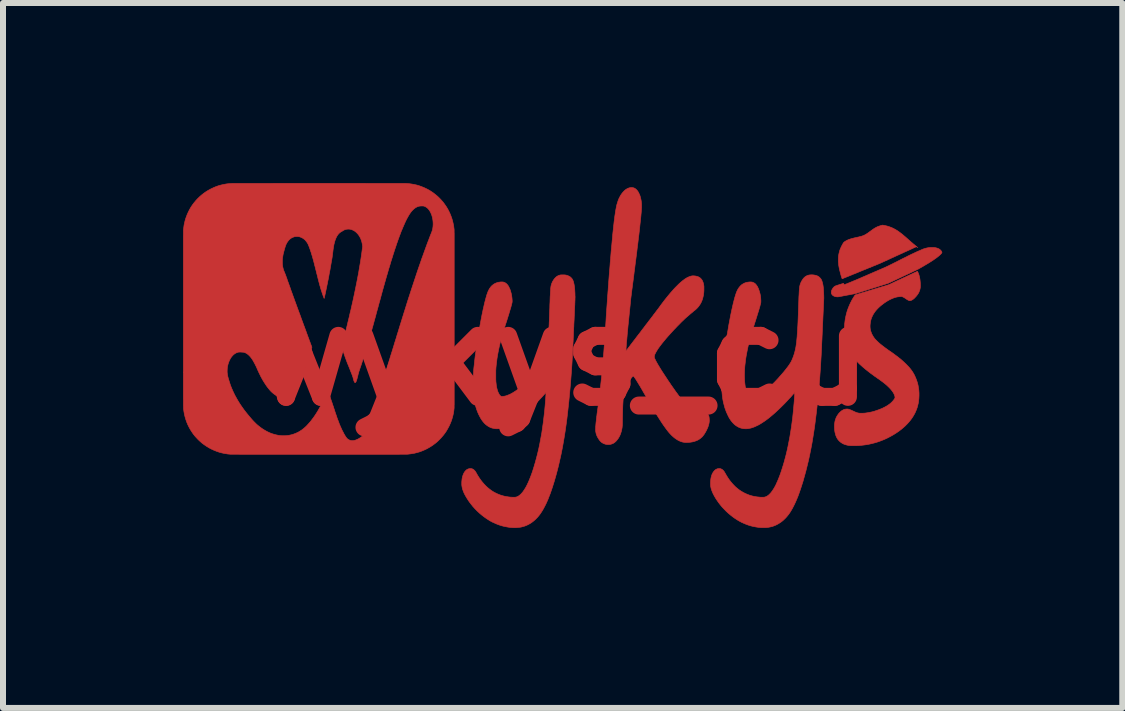
<source format=kicad_pcb>
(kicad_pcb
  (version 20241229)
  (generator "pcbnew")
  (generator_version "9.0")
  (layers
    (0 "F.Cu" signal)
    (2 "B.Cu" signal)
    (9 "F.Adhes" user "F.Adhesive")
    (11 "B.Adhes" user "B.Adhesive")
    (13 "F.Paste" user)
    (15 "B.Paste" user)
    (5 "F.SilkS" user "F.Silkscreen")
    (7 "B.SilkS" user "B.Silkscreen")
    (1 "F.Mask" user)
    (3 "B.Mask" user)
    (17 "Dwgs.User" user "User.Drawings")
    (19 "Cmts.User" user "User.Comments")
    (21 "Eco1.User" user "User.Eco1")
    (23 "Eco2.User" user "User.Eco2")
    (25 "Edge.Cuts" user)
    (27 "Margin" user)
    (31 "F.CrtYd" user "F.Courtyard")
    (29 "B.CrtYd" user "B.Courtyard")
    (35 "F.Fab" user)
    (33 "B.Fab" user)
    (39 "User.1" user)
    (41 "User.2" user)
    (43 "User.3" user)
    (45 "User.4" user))
  (footprint "wykys_cu"
    (layer "F.Cu")
    (at 6.325 2.873)
    (property "Reference" "wykys_cu" (at 0 0 0) (layer "F.Cu") (effects (font (size 1.524 1.524) (thickness 0.3))))
    (attr through_hole)
    (fp_poly (pts (xy 5.917 -1.799) (xy 5.918 -1.798) (xy 5.918 -1.797) (xy 5.918 -1.797) (xy 5.917 -1.798) (xy 5.916 -1.799) (xy 5.916 -1.799) (xy 5.917 -1.799)) (stroke (width 0.01) (type solid)) (fill yes) (layer "F.Cu"))
    (fp_poly (pts (xy 5.343 -2.17) (xy 5.38 -2.163) (xy 5.416 -2.154) (xy 5.452 -2.142) (xy 5.486 -2.129) (xy 5.519 -2.113) (xy 5.552 -2.095) (xy 5.555 -2.093) (xy 5.568 -2.085) (xy 5.581 -2.077) (xy 5.593 -2.068) (xy 5.606 -2.059) (xy 5.62 -2.049) (xy 5.634 -2.038) (xy 5.649 -2.027) (xy 5.665 -2.014) (xy 5.681 -2) (xy 5.699 -1.985) (xy 5.719 -1.968) (xy 5.74 -1.949) (xy 5.753 -1.938) (xy 5.766 -1.926) (xy 5.778 -1.915) (xy 5.789 -1.906) (xy 5.799 -1.897) (xy 5.808 -1.889) (xy 5.816 -1.882) (xy 5.825 -1.875) (xy 5.833 -1.868) (xy 5.842 -1.86) (xy 5.852 -1.852) (xy 5.863 -1.843) (xy 5.868 -1.839) (xy 5.877 -1.831) (xy 5.886 -1.824) (xy 5.894 -1.818) (xy 5.9 -1.812) (xy 5.906 -1.807) (xy 5.91 -1.804) (xy 5.913 -1.801) (xy 5.914 -1.801) (xy 5.913 -1.801) (xy 5.911 -1.802) (xy 5.907 -1.804) (xy 5.905 -1.806) (xy 5.901 -1.809) (xy 5.897 -1.811) (xy 5.895 -1.812) (xy 5.895 -1.812) (xy 5.894 -1.812) (xy 5.894 -1.812) (xy 5.893 -1.812) (xy 5.891 -1.811) (xy 5.889 -1.81) (xy 5.886 -1.808) (xy 5.882 -1.807) (xy 5.877 -1.805) (xy 5.871 -1.802) (xy 5.864 -1.799) (xy 5.856 -1.795) (xy 5.847 -1.791) (xy 5.836 -1.786) (xy 5.823 -1.78) (xy 5.809 -1.773) (xy 5.793 -1.766) (xy 5.776 -1.758) (xy 5.756 -1.749) (xy 5.734 -1.739) (xy 5.711 -1.729) (xy 5.685 -1.717) (xy 5.682 -1.715) (xy 5.662 -1.706) (xy 5.641 -1.697) (xy 5.618 -1.686) (xy 5.594 -1.675) (xy 5.569 -1.664) (xy 5.543 -1.652) (xy 5.518 -1.64) (xy 5.493 -1.629) (xy 5.469 -1.618) (xy 5.446 -1.607) (xy 5.424 -1.598) (xy 5.419 -1.595) (xy 5.283 -1.533) (xy 4.971 -1.406) (xy 4.944 -1.395) (xy 4.918 -1.384) (xy 4.892 -1.373) (xy 4.867 -1.363) (xy 4.843 -1.354) (xy 4.82 -1.344) (xy 4.798 -1.335) (xy 4.778 -1.327) (xy 4.759 -1.319) (xy 4.741 -1.312) (xy 4.724 -1.305) (xy 4.709 -1.299) (xy 4.696 -1.294) (xy 4.685 -1.289) (xy 4.675 -1.285) (xy 4.668 -1.282) (xy 4.662 -1.28) (xy 4.659 -1.278) (xy 4.658 -1.278) (xy 4.657 -1.279) (xy 4.655 -1.282) (xy 4.654 -1.287) (xy 4.651 -1.294) (xy 4.649 -1.3) (xy 4.637 -1.339) (xy 4.627 -1.377) (xy 4.618 -1.412) (xy 4.61 -1.446) (xy 4.604 -1.478) (xy 4.599 -1.509) (xy 4.596 -1.539) (xy 4.595 -1.55) (xy 4.594 -1.56) (xy 4.594 -1.572) (xy 4.594 -1.585) (xy 4.594 -1.599) (xy 4.594 -1.613) (xy 4.595 -1.627) (xy 4.595 -1.64) (xy 4.596 -1.651) (xy 4.597 -1.661) (xy 4.603 -1.694) (xy 4.611 -1.727) (xy 4.62 -1.759) (xy 4.633 -1.79) (xy 4.647 -1.821) (xy 4.664 -1.852) (xy 4.67 -1.862) (xy 4.674 -1.87) (xy 4.679 -1.877) (xy 4.683 -1.882) (xy 4.687 -1.887) (xy 4.692 -1.891) (xy 4.698 -1.895) (xy 4.705 -1.9) (xy 4.713 -1.905) (xy 4.714 -1.905) (xy 4.726 -1.913) (xy 4.739 -1.919) (xy 4.753 -1.926) (xy 4.767 -1.932) (xy 4.783 -1.937) (xy 4.8 -1.943) (xy 4.818 -1.948) (xy 4.838 -1.953) (xy 4.86 -1.959) (xy 4.884 -1.964) (xy 4.887 -1.965) (xy 4.91 -1.97) (xy 4.93 -1.974) (xy 4.948 -1.979) (xy 4.965 -1.983) (xy 4.98 -1.987) (xy 4.994 -1.992) (xy 5.007 -1.996) (xy 5.02 -2.002) (xy 5.031 -2.007) (xy 5.043 -2.013) (xy 5.055 -2.02) (xy 5.067 -2.028) (xy 5.08 -2.036) (xy 5.094 -2.046) (xy 5.109 -2.057) (xy 5.121 -2.066) (xy 5.132 -2.074) (xy 5.142 -2.081) (xy 5.15 -2.087) (xy 5.157 -2.092) (xy 5.163 -2.097) (xy 5.169 -2.101) (xy 5.174 -2.104) (xy 5.179 -2.108) (xy 5.184 -2.111) (xy 5.208 -2.126) (xy 5.231 -2.138) (xy 5.254 -2.149) (xy 5.278 -2.157) (xy 5.302 -2.165) (xy 5.315 -2.168) (xy 5.33 -2.172) (xy 5.343 -2.17)) (stroke (width 0.01) (type solid)) (fill yes) (layer "F.Cu"))
    (fp_poly (pts (xy 6.163 -1.8) (xy 6.175 -1.8) (xy 6.186 -1.799) (xy 6.196 -1.799) (xy 6.2 -1.798) (xy 6.221 -1.794) (xy 6.239 -1.789) (xy 6.256 -1.783) (xy 6.27 -1.776) (xy 6.284 -1.767) (xy 6.295 -1.757) (xy 6.299 -1.753) (xy 6.305 -1.746) (xy 6.31 -1.74) (xy 6.314 -1.734) (xy 6.315 -1.731) (xy 6.318 -1.725) (xy 6.319 -1.722) (xy 6.32 -1.719) (xy 6.32 -1.717) (xy 6.32 -1.715) (xy 6.319 -1.714) (xy 6.315 -1.707) (xy 6.309 -1.698) (xy 6.301 -1.689) (xy 6.291 -1.679) (xy 6.279 -1.668) (xy 6.265 -1.656) (xy 6.249 -1.643) (xy 6.232 -1.63) (xy 6.231 -1.629) (xy 6.213 -1.616) (xy 6.194 -1.603) (xy 6.173 -1.588) (xy 6.15 -1.573) (xy 6.126 -1.558) (xy 6.101 -1.542) (xy 6.074 -1.526) (xy 6.047 -1.51) (xy 6.02 -1.494) (xy 5.993 -1.478) (xy 5.965 -1.462) (xy 5.938 -1.447) (xy 5.93 -1.442) (xy 5.926 -1.44) (xy 5.92 -1.437) (xy 5.911 -1.433) (xy 5.901 -1.428) (xy 5.889 -1.422) (xy 5.875 -1.415) (xy 5.859 -1.408) (xy 5.841 -1.4) (xy 5.822 -1.39) (xy 5.802 -1.381) (xy 5.78 -1.37) (xy 5.757 -1.359) (xy 5.732 -1.348) (xy 5.707 -1.336) (xy 5.681 -1.324) (xy 5.664 -1.316) (xy 5.424 -1.203) (xy 5.165 -1.121) (xy 5.14 -1.114) (xy 5.116 -1.106) (xy 5.092 -1.098) (xy 5.069 -1.091) (xy 5.047 -1.084) (xy 5.026 -1.078) (xy 5.006 -1.071) (xy 4.988 -1.066) (xy 4.971 -1.06) (xy 4.955 -1.055) (xy 4.941 -1.051) (xy 4.929 -1.047) (xy 4.918 -1.044) (xy 4.91 -1.041) (xy 4.903 -1.039) (xy 4.899 -1.037) (xy 4.897 -1.037) (xy 4.892 -1.035) (xy 4.884 -1.033) (xy 4.874 -1.031) (xy 4.862 -1.028) (xy 4.847 -1.025) (xy 4.829 -1.022) (xy 4.809 -1.018) (xy 4.787 -1.013) (xy 4.762 -1.009) (xy 4.735 -1.004) (xy 4.705 -0.998) (xy 4.705 -0.998) (xy 4.693 -0.996) (xy 4.68 -0.994) (xy 4.668 -0.991) (xy 4.656 -0.989) (xy 4.646 -0.987) (xy 4.637 -0.985) (xy 4.631 -0.984) (xy 4.623 -0.983) (xy 4.614 -0.981) (xy 4.605 -0.98) (xy 4.596 -0.978) (xy 4.589 -0.977) (xy 4.582 -0.977) (xy 4.578 -0.977) (xy 4.576 -0.977) (xy 4.575 -0.977) (xy 4.571 -0.977) (xy 4.566 -0.978) (xy 4.564 -0.978) (xy 4.546 -0.98) (xy 4.531 -0.985) (xy 4.517 -0.991) (xy 4.505 -0.998) (xy 4.494 -1.008) (xy 4.486 -1.019) (xy 4.481 -1.026) (xy 4.479 -1.033) (xy 4.477 -1.041) (xy 4.477 -1.05) (xy 4.477 -1.051) (xy 4.478 -1.064) (xy 4.48 -1.077) (xy 4.485 -1.091) (xy 4.488 -1.096) (xy 4.497 -1.112) (xy 4.507 -1.127) (xy 4.519 -1.14) (xy 4.527 -1.147) (xy 4.531 -1.15) (xy 4.536 -1.153) (xy 4.541 -1.156) (xy 4.547 -1.159) (xy 4.555 -1.162) (xy 4.564 -1.165) (xy 4.564 -1.165) (xy 4.57 -1.167) (xy 4.577 -1.17) (xy 4.585 -1.172) (xy 4.594 -1.175) (xy 4.604 -1.178) (xy 4.614 -1.182) (xy 4.625 -1.185) (xy 4.635 -1.188) (xy 4.645 -1.191) (xy 4.654 -1.194) (xy 4.663 -1.196) (xy 4.669 -1.198) (xy 4.675 -1.2) (xy 4.678 -1.201) (xy 4.679 -1.201) (xy 4.681 -1.2) (xy 4.682 -1.196) (xy 4.684 -1.192) (xy 4.684 -1.19) (xy 4.686 -1.186) (xy 4.687 -1.182) (xy 4.688 -1.179) (xy 4.689 -1.179) (xy 4.69 -1.179) (xy 4.692 -1.179) (xy 4.695 -1.18) (xy 4.7 -1.182) (xy 4.707 -1.185) (xy 4.716 -1.188) (xy 4.727 -1.192) (xy 4.737 -1.196) (xy 4.754 -1.203) (xy 4.772 -1.21) (xy 4.789 -1.217) (xy 4.808 -1.225) (xy 4.826 -1.233) (xy 4.846 -1.241) (xy 4.866 -1.249) (xy 4.888 -1.258) (xy 4.911 -1.268) (xy 4.935 -1.278) (xy 4.96 -1.289) (xy 4.987 -1.301) (xy 5.015 -1.313) (xy 5.046 -1.326) (xy 5.078 -1.34) (xy 5.112 -1.355) (xy 5.14 -1.367) (xy 5.158 -1.375) (xy 5.176 -1.383) (xy 5.195 -1.391) (xy 5.213 -1.399) (xy 5.231 -1.406) (xy 5.248 -1.414) (xy 5.264 -1.421) (xy 5.279 -1.427) (xy 5.292 -1.433) (xy 5.304 -1.438) (xy 5.314 -1.442) (xy 5.316 -1.443) (xy 5.328 -1.449) (xy 5.341 -1.454) (xy 5.353 -1.459) (xy 5.364 -1.464) (xy 5.375 -1.469) (xy 5.384 -1.473) (xy 5.391 -1.476) (xy 5.394 -1.478) (xy 5.403 -1.482) (xy 5.414 -1.487) (xy 5.427 -1.493) (xy 5.442 -1.501) (xy 5.459 -1.509) (xy 5.478 -1.518) (xy 5.498 -1.528) (xy 5.519 -1.539) (xy 5.542 -1.55) (xy 5.566 -1.562) (xy 5.591 -1.575) (xy 5.617 -1.588) (xy 5.624 -1.592) (xy 5.661 -1.611) (xy 5.696 -1.628) (xy 5.729 -1.644) (xy 5.759 -1.66) (xy 5.788 -1.674) (xy 5.815 -1.687) (xy 5.841 -1.699) (xy 5.864 -1.71) (xy 5.887 -1.721) (xy 5.907 -1.73) (xy 5.927 -1.739) (xy 5.945 -1.746) (xy 5.958 -1.752) (xy 5.965 -1.755) (xy 5.972 -1.758) (xy 5.979 -1.762) (xy 5.981 -1.762) (xy 6.001 -1.771) (xy 6.023 -1.779) (xy 6.046 -1.786) (xy 6.072 -1.792) (xy 6.098 -1.797) (xy 6.106 -1.798) (xy 6.115 -1.799) (xy 6.126 -1.8) (xy 6.138 -1.8) (xy 6.15 -1.8) (xy 6.163 -1.8)) (stroke (width 0.01) (type solid)) (fill yes) (layer "F.Cu"))
    (fp_poly (pts (xy 5.912 -1.401) (xy 5.914 -1.398) (xy 5.916 -1.394) (xy 5.919 -1.388) (xy 5.922 -1.382) (xy 5.924 -1.376) (xy 5.927 -1.37) (xy 5.928 -1.367) (xy 5.937 -1.343) (xy 5.944 -1.317) (xy 5.95 -1.289) (xy 5.955 -1.26) (xy 5.956 -1.248) (xy 5.957 -1.238) (xy 5.958 -1.227) (xy 5.959 -1.214) (xy 5.96 -1.202) (xy 5.96 -1.19) (xy 5.961 -1.178) (xy 5.961 -1.167) (xy 5.961 -1.158) (xy 5.961 -1.153) (xy 5.959 -1.129) (xy 5.955 -1.107) (xy 5.949 -1.085) (xy 5.941 -1.065) (xy 5.932 -1.044) (xy 5.92 -1.025) (xy 5.906 -1.005) (xy 5.89 -0.985) (xy 5.872 -0.966) (xy 5.858 -0.951) (xy 5.843 -0.939) (xy 5.829 -0.929) (xy 5.818 -0.923) (xy 5.808 -0.918) (xy 5.8 -0.915) (xy 5.792 -0.914) (xy 5.784 -0.913) (xy 5.781 -0.913) (xy 5.774 -0.915) (xy 5.765 -0.918) (xy 5.755 -0.923) (xy 5.743 -0.929) (xy 5.73 -0.938) (xy 5.728 -0.939) (xy 5.716 -0.947) (xy 5.706 -0.954) (xy 5.697 -0.96) (xy 5.69 -0.964) (xy 5.684 -0.968) (xy 5.678 -0.971) (xy 5.673 -0.973) (xy 5.668 -0.976) (xy 5.663 -0.977) (xy 5.66 -0.979) (xy 5.656 -0.98) (xy 5.653 -0.981) (xy 5.65 -0.981) (xy 5.646 -0.982) (xy 5.641 -0.982) (xy 5.635 -0.982) (xy 5.628 -0.981) (xy 5.601 -0.979) (xy 5.572 -0.975) (xy 5.544 -0.968) (xy 5.514 -0.958) (xy 5.485 -0.946) (xy 5.454 -0.932) (xy 5.423 -0.915) (xy 5.392 -0.896) (xy 5.359 -0.874) (xy 5.338 -0.858) (xy 5.313 -0.839) (xy 5.289 -0.819) (xy 5.268 -0.8) (xy 5.249 -0.781) (xy 5.231 -0.762) (xy 5.214 -0.742) (xy 5.199 -0.722) (xy 5.191 -0.71) (xy 5.175 -0.685) (xy 5.162 -0.66) (xy 5.151 -0.635) (xy 5.141 -0.609) (xy 5.134 -0.583) (xy 5.128 -0.555) (xy 5.128 -0.552) (xy 5.124 -0.522) (xy 5.122 -0.493) (xy 5.123 -0.465) (xy 5.126 -0.438) (xy 5.132 -0.411) (xy 5.141 -0.385) (xy 5.151 -0.359) (xy 5.165 -0.333) (xy 5.178 -0.311) (xy 5.19 -0.294) (xy 5.203 -0.277) (xy 5.219 -0.26) (xy 5.237 -0.242) (xy 5.256 -0.223) (xy 5.278 -0.203) (xy 5.297 -0.187) (xy 5.311 -0.176) (xy 5.325 -0.165) (xy 5.339 -0.154) (xy 5.354 -0.143) (xy 5.369 -0.131) (xy 5.386 -0.119) (xy 5.404 -0.106) (xy 5.424 -0.091) (xy 5.443 -0.078) (xy 5.474 -0.057) (xy 5.504 -0.036) (xy 5.531 -0.016) (xy 5.556 0.003) (xy 5.581 0.021) (xy 5.603 0.039) (xy 5.625 0.056) (xy 5.645 0.073) (xy 5.664 0.09) (xy 5.683 0.107) (xy 5.701 0.124) (xy 5.719 0.141) (xy 5.724 0.146) (xy 5.746 0.169) (xy 5.767 0.191) (xy 5.786 0.213) (xy 5.803 0.234) (xy 5.818 0.255) (xy 5.833 0.277) (xy 5.846 0.299) (xy 5.859 0.322) (xy 5.867 0.338) (xy 5.884 0.377) (xy 5.899 0.416) (xy 5.912 0.456) (xy 5.922 0.496) (xy 5.929 0.538) (xy 5.935 0.58) (xy 5.938 0.623) (xy 5.938 0.667) (xy 5.938 0.674) (xy 5.936 0.715) (xy 5.932 0.755) (xy 5.926 0.794) (xy 5.917 0.832) (xy 5.907 0.869) (xy 5.894 0.905) (xy 5.879 0.941) (xy 5.867 0.966) (xy 5.847 1.002) (xy 5.825 1.037) (xy 5.8 1.072) (xy 5.773 1.105) (xy 5.744 1.138) (xy 5.712 1.17) (xy 5.678 1.201) (xy 5.642 1.231) (xy 5.603 1.261) (xy 5.562 1.289) (xy 5.518 1.317) (xy 5.51 1.322) (xy 5.46 1.35) (xy 5.41 1.376) (xy 5.36 1.399) (xy 5.308 1.42) (xy 5.256 1.439) (xy 5.203 1.455) (xy 5.149 1.469) (xy 5.094 1.481) (xy 5.038 1.49) (xy 4.981 1.497) (xy 4.923 1.502) (xy 4.91 1.502) (xy 4.902 1.503) (xy 4.892 1.503) (xy 4.881 1.503) (xy 4.869 1.503) (xy 4.857 1.503) (xy 4.844 1.503) (xy 4.832 1.503) (xy 4.821 1.503) (xy 4.811 1.503) (xy 4.802 1.503) (xy 4.796 1.502) (xy 4.794 1.502) (xy 4.764 1.499) (xy 4.736 1.493) (xy 4.71 1.486) (xy 4.685 1.477) (xy 4.663 1.466) (xy 4.642 1.453) (xy 4.623 1.438) (xy 4.606 1.422) (xy 4.59 1.404) (xy 4.576 1.384) (xy 4.564 1.362) (xy 4.554 1.339) (xy 4.546 1.313) (xy 4.542 1.298) (xy 4.539 1.286) (xy 4.536 1.272) (xy 4.534 1.257) (xy 4.532 1.243) (xy 4.531 1.238) (xy 4.531 1.229) (xy 4.53 1.218) (xy 4.529 1.206) (xy 4.529 1.194) (xy 4.529 1.181) (xy 4.529 1.169) (xy 4.529 1.158) (xy 4.53 1.149) (xy 4.53 1.147) (xy 4.534 1.118) (xy 4.539 1.09) (xy 4.547 1.064) (xy 4.556 1.039) (xy 4.568 1.015) (xy 4.583 0.992) (xy 4.592 0.978) (xy 4.608 0.958) (xy 4.625 0.942) (xy 4.641 0.927) (xy 4.659 0.915) (xy 4.677 0.905) (xy 4.695 0.898) (xy 4.714 0.894) (xy 4.716 0.894) (xy 4.725 0.892) (xy 4.734 0.892) (xy 4.742 0.892) (xy 4.751 0.892) (xy 4.76 0.894) (xy 4.77 0.897) (xy 4.781 0.9) (xy 4.793 0.905) (xy 4.806 0.91) (xy 4.821 0.917) (xy 4.838 0.925) (xy 4.843 0.927) (xy 4.859 0.935) (xy 4.873 0.941) (xy 4.886 0.947) (xy 4.898 0.951) (xy 4.909 0.955) (xy 4.92 0.957) (xy 4.931 0.96) (xy 4.941 0.961) (xy 4.947 0.962) (xy 4.954 0.962) (xy 4.963 0.962) (xy 4.973 0.962) (xy 4.984 0.962) (xy 4.995 0.962) (xy 5.007 0.962) (xy 5.018 0.961) (xy 5.028 0.961) (xy 5.037 0.96) (xy 5.041 0.96) (xy 5.081 0.954) (xy 5.12 0.947) (xy 5.158 0.939) (xy 5.197 0.928) (xy 5.236 0.915) (xy 5.276 0.901) (xy 5.29 0.895) (xy 5.325 0.881) (xy 5.357 0.865) (xy 5.387 0.849) (xy 5.416 0.832) (xy 5.441 0.814) (xy 5.452 0.806) (xy 5.462 0.798) (xy 5.472 0.789) (xy 5.482 0.78) (xy 5.491 0.77) (xy 5.501 0.76) (xy 5.509 0.75) (xy 5.517 0.74) (xy 5.524 0.73) (xy 5.53 0.722) (xy 5.534 0.714) (xy 5.537 0.707) (xy 5.538 0.702) (xy 5.538 0.701) (xy 5.538 0.692) (xy 5.535 0.68) (xy 5.532 0.668) (xy 5.527 0.655) (xy 5.521 0.641) (xy 5.514 0.628) (xy 5.507 0.615) (xy 5.503 0.61) (xy 5.488 0.589) (xy 5.471 0.567) (xy 5.451 0.545) (xy 5.429 0.523) (xy 5.405 0.5) (xy 5.378 0.477) (xy 5.348 0.453) (xy 5.316 0.429) (xy 5.282 0.404) (xy 5.274 0.398) (xy 5.259 0.388) (xy 5.247 0.38) (xy 5.236 0.372) (xy 5.227 0.365) (xy 5.218 0.359) (xy 5.211 0.354) (xy 5.203 0.349) (xy 5.196 0.344) (xy 5.189 0.339) (xy 5.182 0.333) (xy 5.174 0.327) (xy 5.172 0.326) (xy 5.128 0.294) (xy 5.087 0.262) (xy 5.048 0.231) (xy 5.011 0.2) (xy 4.977 0.17) (xy 4.945 0.141) (xy 4.916 0.112) (xy 4.889 0.084) (xy 4.865 0.057) (xy 4.843 0.03) (xy 4.823 0.004) (xy 4.806 -0.022) (xy 4.802 -0.029) (xy 4.79 -0.049) (xy 4.779 -0.071) (xy 4.767 -0.095) (xy 4.756 -0.12) (xy 4.746 -0.146) (xy 4.737 -0.172) (xy 4.729 -0.198) (xy 4.721 -0.223) (xy 4.72 -0.228) (xy 4.713 -0.26) (xy 4.707 -0.292) (xy 4.702 -0.323) (xy 4.698 -0.354) (xy 4.696 -0.386) (xy 4.695 -0.42) (xy 4.696 -0.449) (xy 4.696 -0.465) (xy 4.696 -0.48) (xy 4.697 -0.493) (xy 4.698 -0.505) (xy 4.698 -0.517) (xy 4.699 -0.529) (xy 4.701 -0.543) (xy 4.702 -0.551) (xy 4.708 -0.6) (xy 4.718 -0.65) (xy 4.729 -0.698) (xy 4.743 -0.746) (xy 4.76 -0.793) (xy 4.779 -0.839) (xy 4.8 -0.884) (xy 4.823 -0.929) (xy 4.849 -0.972) (xy 4.864 -0.995) (xy 4.873 -1.008) (xy 4.885 -1.012) (xy 4.888 -1.013) (xy 4.892 -1.014) (xy 4.899 -1.016) (xy 4.908 -1.019) (xy 4.919 -1.022) (xy 4.932 -1.026) (xy 4.947 -1.031) (xy 4.963 -1.036) (xy 4.98 -1.041) (xy 4.999 -1.047) (xy 5.02 -1.053) (xy 5.041 -1.059) (xy 5.064 -1.066) (xy 5.087 -1.073) (xy 5.111 -1.081) (xy 5.136 -1.088) (xy 5.162 -1.096) (xy 5.168 -1.098) (xy 5.438 -1.18) (xy 5.674 -1.291) (xy 5.697 -1.302) (xy 5.72 -1.312) (xy 5.742 -1.323) (xy 5.763 -1.332) (xy 5.783 -1.342) (xy 5.802 -1.351) (xy 5.82 -1.359) (xy 5.836 -1.367) (xy 5.851 -1.374) (xy 5.865 -1.381) (xy 5.877 -1.386) (xy 5.888 -1.391) (xy 5.896 -1.395) (xy 5.903 -1.398) (xy 5.908 -1.401) (xy 5.911 -1.402) (xy 5.911 -1.402) (xy 5.912 -1.401)) (stroke (width 0.01) (type solid)) (fill yes) (layer "F.Cu"))
    (fp_poly (pts (xy 4.171 -1.343) (xy 4.194 -1.34) (xy 4.215 -1.336) (xy 4.234 -1.33) (xy 4.252 -1.322) (xy 4.268 -1.312) (xy 4.282 -1.3) (xy 4.295 -1.286) (xy 4.301 -1.279) (xy 4.308 -1.268) (xy 4.315 -1.254) (xy 4.321 -1.239) (xy 4.326 -1.222) (xy 4.331 -1.203) (xy 4.336 -1.182) (xy 4.337 -1.175) (xy 4.34 -1.158) (xy 4.342 -1.142) (xy 4.344 -1.126) (xy 4.346 -1.109) (xy 4.347 -1.09) (xy 4.348 -1.071) (xy 4.349 -1.05) (xy 4.35 -1.026) (xy 4.351 -1.003) (xy 4.352 -0.957) (xy 4.333 -0.542) (xy 4.331 -0.5) (xy 4.329 -0.46) (xy 4.328 -0.423) (xy 4.326 -0.388) (xy 4.325 -0.355) (xy 4.323 -0.324) (xy 4.322 -0.295) (xy 4.321 -0.268) (xy 4.319 -0.243) (xy 4.318 -0.22) (xy 4.317 -0.198) (xy 4.316 -0.178) (xy 4.316 -0.159) (xy 4.315 -0.141) (xy 4.314 -0.125) (xy 4.313 -0.11) (xy 4.313 -0.097) (xy 4.312 -0.084) (xy 4.311 -0.072) (xy 4.311 -0.061) (xy 4.31 -0.05) (xy 4.31 -0.04) (xy 4.309 -0.031) (xy 4.309 -0.022) (xy 4.309 -0.014) (xy 4.308 -0.006) (xy 4.308 0.002) (xy 4.307 0.01) (xy 4.307 0.018) (xy 4.306 0.025) (xy 4.306 0.033) (xy 4.305 0.042) (xy 4.305 0.046) (xy 4.296 0.201) (xy 4.285 0.354) (xy 4.273 0.506) (xy 4.259 0.656) (xy 4.244 0.807) (xy 4.227 0.957) (xy 4.214 1.06) (xy 4.201 1.164) (xy 4.186 1.266) (xy 4.17 1.366) (xy 4.154 1.464) (xy 4.136 1.559) (xy 4.117 1.653) (xy 4.097 1.746) (xy 4.075 1.836) (xy 4.053 1.925) (xy 4.029 2.012) (xy 4.005 2.098) (xy 3.992 2.139) (xy 3.974 2.195) (xy 3.956 2.249) (xy 3.938 2.3) (xy 3.92 2.349) (xy 3.901 2.395) (xy 3.882 2.439) (xy 3.863 2.48) (xy 3.844 2.518) (xy 3.825 2.554) (xy 3.805 2.588) (xy 3.786 2.619) (xy 3.766 2.647) (xy 3.762 2.652) (xy 3.748 2.67) (xy 3.733 2.688) (xy 3.717 2.706) (xy 3.7 2.723) (xy 3.683 2.739) (xy 3.676 2.746) (xy 3.648 2.769) (xy 3.619 2.789) (xy 3.59 2.807) (xy 3.56 2.823) (xy 3.53 2.836) (xy 3.498 2.848) (xy 3.465 2.856) (xy 3.431 2.863) (xy 3.41 2.866) (xy 3.402 2.867) (xy 3.393 2.867) (xy 3.382 2.868) (xy 3.369 2.868) (xy 3.357 2.868) (xy 3.344 2.868) (xy 3.332 2.868) (xy 3.32 2.868) (xy 3.31 2.868) (xy 3.306 2.868) (xy 3.261 2.864) (xy 3.217 2.857) (xy 3.174 2.849) (xy 3.131 2.838) (xy 3.089 2.825) (xy 3.047 2.809) (xy 3.005 2.791) (xy 2.977 2.778) (xy 2.966 2.772) (xy 2.954 2.766) (xy 2.943 2.759) (xy 2.931 2.753) (xy 2.921 2.747) (xy 2.912 2.741) (xy 2.906 2.738) (xy 2.903 2.735) (xy 2.897 2.732) (xy 2.891 2.728) (xy 2.884 2.723) (xy 2.876 2.718) (xy 2.874 2.717) (xy 2.836 2.69) (xy 2.799 2.661) (xy 2.762 2.63) (xy 2.726 2.597) (xy 2.692 2.562) (xy 2.658 2.526) (xy 2.641 2.506) (xy 2.62 2.48) (xy 2.599 2.453) (xy 2.58 2.425) (xy 2.561 2.398) (xy 2.544 2.37) (xy 2.528 2.343) (xy 2.514 2.316) (xy 2.501 2.29) (xy 2.491 2.265) (xy 2.483 2.245) (xy 2.476 2.223) (xy 2.471 2.203) (xy 2.467 2.184) (xy 2.465 2.164) (xy 2.464 2.143) (xy 2.464 2.121) (xy 2.464 2.114) (xy 2.466 2.084) (xy 2.469 2.057) (xy 2.474 2.031) (xy 2.48 2.007) (xy 2.488 1.984) (xy 2.495 1.968) (xy 2.506 1.949) (xy 2.517 1.933) (xy 2.529 1.919) (xy 2.542 1.907) (xy 2.556 1.898) (xy 2.571 1.891) (xy 2.583 1.887) (xy 2.591 1.885) (xy 2.601 1.885) (xy 2.611 1.884) (xy 2.621 1.885) (xy 2.629 1.886) (xy 2.63 1.887) (xy 2.642 1.891) (xy 2.654 1.897) (xy 2.666 1.906) (xy 2.676 1.915) (xy 2.681 1.92) (xy 2.685 1.926) (xy 2.69 1.932) (xy 2.694 1.938) (xy 2.698 1.945) (xy 2.703 1.953) (xy 2.707 1.96) (xy 2.73 2) (xy 2.753 2.037) (xy 2.777 2.072) (xy 2.802 2.104) (xy 2.828 2.135) (xy 2.854 2.163) (xy 2.881 2.19) (xy 2.909 2.214) (xy 2.941 2.239) (xy 2.974 2.261) (xy 3.008 2.281) (xy 3.043 2.299) (xy 3.08 2.315) (xy 3.117 2.329) (xy 3.155 2.34) (xy 3.195 2.349) (xy 3.236 2.356) (xy 3.278 2.36) (xy 3.286 2.361) (xy 3.296 2.362) (xy 3.307 2.362) (xy 3.319 2.362) (xy 3.33 2.362) (xy 3.34 2.362) (xy 3.349 2.362) (xy 3.357 2.361) (xy 3.363 2.361) (xy 3.364 2.36) (xy 3.379 2.356) (xy 3.394 2.35) (xy 3.409 2.342) (xy 3.423 2.332) (xy 3.438 2.32) (xy 3.449 2.309) (xy 3.465 2.293) (xy 3.48 2.274) (xy 3.495 2.254) (xy 3.51 2.231) (xy 3.525 2.207) (xy 3.54 2.18) (xy 3.555 2.151) (xy 3.569 2.119) (xy 3.584 2.086) (xy 3.599 2.049) (xy 3.614 2.011) (xy 3.619 1.998) (xy 3.633 1.959) (xy 3.647 1.917) (xy 3.661 1.874) (xy 3.675 1.829) (xy 3.689 1.782) (xy 3.702 1.734) (xy 3.715 1.685) (xy 3.722 1.659) (xy 3.739 1.588) (xy 3.755 1.514) (xy 3.77 1.438) (xy 3.785 1.36) (xy 3.798 1.281) (xy 3.811 1.199) (xy 3.822 1.117) (xy 3.833 1.032) (xy 3.842 0.946) (xy 3.85 0.86) (xy 3.858 0.772) (xy 3.864 0.683) (xy 3.865 0.672) (xy 3.865 0.662) (xy 3.866 0.652) (xy 3.866 0.643) (xy 3.867 0.636) (xy 3.867 0.63) (xy 3.868 0.626) (xy 3.868 0.624) (xy 3.868 0.621) (xy 3.868 0.618) (xy 3.867 0.617) (xy 3.866 0.618) (xy 3.864 0.621) (xy 3.86 0.625) (xy 3.855 0.631) (xy 3.85 0.637) (xy 3.843 0.644) (xy 3.84 0.647) (xy 3.806 0.686) (xy 3.771 0.723) (xy 3.737 0.76) (xy 3.703 0.796) (xy 3.669 0.83) (xy 3.636 0.863) (xy 3.604 0.894) (xy 3.572 0.924) (xy 3.543 0.951) (xy 3.504 0.985) (xy 3.466 1.017) (xy 3.429 1.047) (xy 3.393 1.074) (xy 3.358 1.099) (xy 3.324 1.121) (xy 3.291 1.142) (xy 3.259 1.16) (xy 3.227 1.175) (xy 3.197 1.189) (xy 3.167 1.2) (xy 3.139 1.209) (xy 3.111 1.215) (xy 3.09 1.219) (xy 3.079 1.22) (xy 3.066 1.221) (xy 3.052 1.221) (xy 3.038 1.221) (xy 3.025 1.22) (xy 3.014 1.219) (xy 3.012 1.219) (xy 2.986 1.214) (xy 2.961 1.207) (xy 2.936 1.197) (xy 2.913 1.185) (xy 2.891 1.171) (xy 2.869 1.155) (xy 2.849 1.136) (xy 2.829 1.115) (xy 2.81 1.092) (xy 2.793 1.068) (xy 2.779 1.046) (xy 2.765 1.021) (xy 2.752 0.994) (xy 2.739 0.966) (xy 2.726 0.937) (xy 2.715 0.906) (xy 2.704 0.876) (xy 2.697 0.851) (xy 2.688 0.817) (xy 2.679 0.783) (xy 2.672 0.748) (xy 2.666 0.712) (xy 2.661 0.674) (xy 2.657 0.634) (xy 2.653 0.593) (xy 2.653 0.592) (xy 2.652 0.584) (xy 2.652 0.573) (xy 2.652 0.561) (xy 2.651 0.547) (xy 2.651 0.532) (xy 2.651 0.517) (xy 2.651 0.501) (xy 2.651 0.485) (xy 2.651 0.469) (xy 2.651 0.454) (xy 2.651 0.44) (xy 2.651 0.427) (xy 2.652 0.417) (xy 2.654 0.372) (xy 2.656 0.326) (xy 2.66 0.278) (xy 2.664 0.227) (xy 2.669 0.175) (xy 2.675 0.121) (xy 2.681 0.065) (xy 2.689 0.007) (xy 2.697 -0.054) (xy 2.705 -0.116) (xy 2.715 -0.181) (xy 2.725 -0.248) (xy 2.737 -0.318) (xy 2.742 -0.351) (xy 2.752 -0.407) (xy 2.761 -0.462) (xy 2.77 -0.515) (xy 2.78 -0.566) (xy 2.789 -0.615) (xy 2.798 -0.662) (xy 2.807 -0.707) (xy 2.816 -0.75) (xy 2.825 -0.79) (xy 2.834 -0.829) (xy 2.842 -0.865) (xy 2.851 -0.9) (xy 2.859 -0.931) (xy 2.867 -0.961) (xy 2.875 -0.988) (xy 2.883 -1.013) (xy 2.89 -1.035) (xy 2.897 -1.055) (xy 2.899 -1.059) (xy 2.91 -1.084) (xy 2.923 -1.108) (xy 2.937 -1.129) (xy 2.952 -1.148) (xy 2.968 -1.165) (xy 2.986 -1.181) (xy 3.006 -1.193) (xy 3.026 -1.204) (xy 3.035 -1.208) (xy 3.05 -1.213) (xy 3.067 -1.218) (xy 3.084 -1.221) (xy 3.1 -1.223) (xy 3.117 -1.225) (xy 3.133 -1.225) (xy 3.148 -1.224) (xy 3.161 -1.222) (xy 3.166 -1.22) (xy 3.181 -1.214) (xy 3.195 -1.206) (xy 3.209 -1.196) (xy 3.221 -1.183) (xy 3.233 -1.167) (xy 3.245 -1.15) (xy 3.255 -1.129) (xy 3.265 -1.107) (xy 3.265 -1.106) (xy 3.277 -1.072) (xy 3.287 -1.037) (xy 3.295 -1.001) (xy 3.3 -0.965) (xy 3.302 -0.928) (xy 3.303 -0.912) (xy 3.303 -0.903) (xy 3.302 -0.895) (xy 3.302 -0.889) (xy 3.302 -0.884) (xy 3.302 -0.88) (xy 3.301 -0.876) (xy 3.3 -0.872) (xy 3.3 -0.87) (xy 3.296 -0.857) (xy 3.293 -0.843) (xy 3.289 -0.829) (xy 3.285 -0.813) (xy 3.28 -0.797) (xy 3.275 -0.78) (xy 3.27 -0.761) (xy 3.264 -0.741) (xy 3.257 -0.72) (xy 3.25 -0.697) (xy 3.242 -0.672) (xy 3.234 -0.645) (xy 3.225 -0.617) (xy 3.216 -0.587) (xy 3.205 -0.554) (xy 3.194 -0.519) (xy 3.191 -0.509) (xy 3.186 -0.495) (xy 3.182 -0.48) (xy 3.177 -0.465) (xy 3.172 -0.451) (xy 3.168 -0.438) (xy 3.164 -0.426) (xy 3.161 -0.415) (xy 3.158 -0.407) (xy 3.157 -0.401) (xy 3.136 -0.331) (xy 3.117 -0.263) (xy 3.1 -0.196) (xy 3.085 -0.13) (xy 3.072 -0.066) (xy 3.06 -0.004) (xy 3.05 0.057) (xy 3.043 0.116) (xy 3.036 0.174) (xy 3.032 0.23) (xy 3.03 0.284) (xy 3.029 0.337) (xy 3.03 0.375) (xy 3.031 0.407) (xy 3.033 0.437) (xy 3.036 0.465) (xy 3.039 0.49) (xy 3.042 0.514) (xy 3.046 0.536) (xy 3.051 0.557) (xy 3.056 0.576) (xy 3.062 0.594) (xy 3.069 0.612) (xy 3.075 0.623) (xy 3.082 0.637) (xy 3.089 0.649) (xy 3.095 0.659) (xy 3.102 0.667) (xy 3.105 0.67) (xy 3.111 0.675) (xy 3.117 0.679) (xy 3.122 0.681) (xy 3.128 0.682) (xy 3.135 0.682) (xy 3.139 0.682) (xy 3.158 0.681) (xy 3.179 0.678) (xy 3.201 0.672) (xy 3.224 0.665) (xy 3.248 0.655) (xy 3.272 0.644) (xy 3.298 0.63) (xy 3.324 0.615) (xy 3.351 0.598) (xy 3.353 0.596) (xy 3.377 0.58) (xy 3.401 0.561) (xy 3.426 0.541) (xy 3.452 0.52) (xy 3.478 0.496) (xy 3.505 0.47) (xy 3.533 0.443) (xy 3.561 0.413) (xy 3.591 0.381) (xy 3.616 0.352) (xy 3.642 0.323) (xy 3.667 0.294) (xy 3.69 0.267) (xy 3.711 0.241) (xy 3.731 0.215) (xy 3.749 0.192) (xy 3.766 0.169) (xy 3.78 0.148) (xy 3.793 0.128) (xy 3.799 0.118) (xy 3.811 0.097) (xy 3.822 0.073) (xy 3.833 0.047) (xy 3.844 0.019) (xy 3.854 -0.01) (xy 3.863 -0.041) (xy 3.872 -0.073) (xy 3.879 -0.105) (xy 3.886 -0.138) (xy 3.891 -0.172) (xy 3.896 -0.203) (xy 3.899 -0.228) (xy 3.901 -0.255) (xy 3.904 -0.284) (xy 3.907 -0.315) (xy 3.909 -0.348) (xy 3.912 -0.383) (xy 3.914 -0.421) (xy 3.916 -0.461) (xy 3.919 -0.503) (xy 3.921 -0.547) (xy 3.923 -0.593) (xy 3.925 -0.642) (xy 3.927 -0.694) (xy 3.928 -0.732) (xy 3.929 -0.746) (xy 3.929 -0.761) (xy 3.929 -0.774) (xy 3.93 -0.787) (xy 3.93 -0.799) (xy 3.931 -0.81) (xy 3.931 -0.818) (xy 3.931 -0.825) (xy 3.931 -0.828) (xy 3.933 -0.864) (xy 3.934 -0.898) (xy 3.935 -0.93) (xy 3.936 -0.959) (xy 3.937 -0.986) (xy 3.939 -1.011) (xy 3.94 -1.033) (xy 3.941 -1.054) (xy 3.942 -1.073) (xy 3.943 -1.09) (xy 3.945 -1.105) (xy 3.946 -1.119) (xy 3.947 -1.131) (xy 3.949 -1.142) (xy 3.95 -1.151) (xy 3.951 -1.159) (xy 3.952 -1.161) (xy 3.958 -1.183) (xy 3.966 -1.206) (xy 3.976 -1.228) (xy 3.988 -1.249) (xy 4.001 -1.269) (xy 4.007 -1.278) (xy 4.021 -1.294) (xy 4.036 -1.308) (xy 4.053 -1.32) (xy 4.07 -1.329) (xy 4.088 -1.336) (xy 4.091 -1.337) (xy 4.101 -1.339) (xy 4.111 -1.341) (xy 4.122 -1.343) (xy 4.134 -1.343) (xy 4.147 -1.344) (xy 4.171 -1.343)) (stroke (width 0.01) (type solid)) (fill yes) (layer "F.Cu"))
    (fp_poly (pts (xy 0.016 -1.343) (xy 0.026 -1.343) (xy 0.036 -1.342) (xy 0.044 -1.341) (xy 0.048 -1.341) (xy 0.07 -1.336) (xy 0.089 -1.329) (xy 0.107 -1.321) (xy 0.123 -1.312) (xy 0.137 -1.3) (xy 0.15 -1.287) (xy 0.16 -1.274) (xy 0.167 -1.261) (xy 0.174 -1.246) (xy 0.18 -1.229) (xy 0.185 -1.209) (xy 0.19 -1.187) (xy 0.194 -1.163) (xy 0.198 -1.136) (xy 0.201 -1.106) (xy 0.203 -1.074) (xy 0.205 -1.04) (xy 0.206 -1.003) (xy 0.206 -0.991) (xy 0.207 -0.986) (xy 0.207 -0.982) (xy 0.207 -0.979) (xy 0.207 -0.975) (xy 0.207 -0.97) (xy 0.207 -0.966) (xy 0.207 -0.962) (xy 0.207 -0.957) (xy 0.206 -0.951) (xy 0.206 -0.945) (xy 0.206 -0.939) (xy 0.206 -0.931) (xy 0.206 -0.923) (xy 0.205 -0.914) (xy 0.205 -0.904) (xy 0.204 -0.893) (xy 0.204 -0.88) (xy 0.203 -0.867) (xy 0.203 -0.852) (xy 0.202 -0.835) (xy 0.201 -0.817) (xy 0.2 -0.798) (xy 0.199 -0.777) (xy 0.198 -0.754) (xy 0.197 -0.729) (xy 0.196 -0.702) (xy 0.195 -0.673) (xy 0.193 -0.642) (xy 0.192 -0.608) (xy 0.19 -0.573) (xy 0.188 -0.535) (xy 0.187 -0.517) (xy 0.186 -0.483) (xy 0.184 -0.45) (xy 0.183 -0.418) (xy 0.181 -0.386) (xy 0.18 -0.355) (xy 0.179 -0.324) (xy 0.177 -0.295) (xy 0.176 -0.266) (xy 0.175 -0.239) (xy 0.173 -0.213) (xy 0.172 -0.188) (xy 0.171 -0.165) (xy 0.17 -0.143) (xy 0.169 -0.123) (xy 0.168 -0.105) (xy 0.168 -0.088) (xy 0.167 -0.074) (xy 0.166 -0.062) (xy 0.166 -0.052) (xy 0.165 -0.044) (xy 0.165 -0.038) (xy 0.165 -0.038) (xy 0.156 0.124) (xy 0.145 0.284) (xy 0.133 0.443) (xy 0.119 0.601) (xy 0.104 0.758) (xy 0.087 0.915) (xy 0.071 1.054) (xy 0.057 1.159) (xy 0.042 1.263) (xy 0.026 1.364) (xy 0.009 1.463) (xy -0.009 1.561) (xy -0.028 1.656) (xy -0.049 1.749) (xy -0.07 1.841) (xy -0.093 1.931) (xy -0.117 2.019) (xy -0.142 2.105) (xy -0.153 2.14) (xy -0.171 2.197) (xy -0.189 2.25) (xy -0.207 2.302) (xy -0.226 2.35) (xy -0.244 2.397) (xy -0.263 2.44) (xy -0.282 2.482) (xy -0.302 2.52) (xy -0.321 2.556) (xy -0.341 2.59) (xy -0.361 2.621) (xy -0.381 2.65) (xy -0.401 2.675) (xy -0.408 2.684) (xy -0.417 2.694) (xy -0.426 2.704) (xy -0.436 2.714) (xy -0.445 2.724) (xy -0.454 2.732) (xy -0.46 2.738) (xy -0.486 2.76) (xy -0.513 2.781) (xy -0.54 2.799) (xy -0.567 2.814) (xy -0.595 2.828) (xy -0.624 2.84) (xy -0.639 2.845) (xy -0.667 2.853) (xy -0.694 2.86) (xy -0.723 2.864) (xy -0.752 2.867) (xy -0.783 2.869) (xy -0.815 2.869) (xy -0.84 2.868) (xy -0.885 2.864) (xy -0.929 2.857) (xy -0.974 2.848) (xy -1.018 2.837) (xy -1.061 2.823) (xy -1.105 2.806) (xy -1.147 2.787) (xy -1.172 2.776) (xy -1.181 2.771) (xy -1.189 2.766) (xy -1.197 2.762) (xy -1.204 2.759) (xy -1.211 2.755) (xy -1.218 2.751) (xy -1.225 2.746) (xy -1.233 2.741) (xy -1.242 2.735) (xy -1.252 2.729) (xy -1.264 2.721) (xy -1.272 2.716) (xy -1.311 2.688) (xy -1.35 2.658) (xy -1.387 2.626) (xy -1.424 2.592) (xy -1.459 2.556) (xy -1.493 2.519) (xy -1.525 2.479) (xy -1.556 2.438) (xy -1.57 2.418) (xy -1.591 2.385) (xy -1.61 2.354) (xy -1.627 2.324) (xy -1.642 2.294) (xy -1.654 2.266) (xy -1.664 2.238) (xy -1.672 2.211) (xy -1.677 2.185) (xy -1.68 2.165) (xy -1.681 2.154) (xy -1.681 2.141) (xy -1.681 2.126) (xy -1.681 2.111) (xy -1.68 2.095) (xy -1.678 2.079) (xy -1.677 2.064) (xy -1.675 2.05) (xy -1.674 2.045) (xy -1.669 2.021) (xy -1.662 1.999) (xy -1.654 1.978) (xy -1.645 1.959) (xy -1.635 1.942) (xy -1.623 1.927) (xy -1.611 1.914) (xy -1.598 1.903) (xy -1.587 1.897) (xy -1.574 1.891) (xy -1.56 1.887) (xy -1.546 1.885) (xy -1.531 1.884) (xy -1.518 1.886) (xy -1.507 1.889) (xy -1.498 1.893) (xy -1.491 1.897) (xy -1.483 1.902) (xy -1.475 1.909) (xy -1.472 1.913) (xy -1.466 1.919) (xy -1.46 1.925) (xy -1.455 1.931) (xy -1.45 1.939) (xy -1.445 1.947) (xy -1.439 1.957) (xy -1.437 1.962) (xy -1.413 2.003) (xy -1.388 2.042) (xy -1.362 2.079) (xy -1.335 2.113) (xy -1.307 2.145) (xy -1.278 2.175) (xy -1.248 2.203) (xy -1.217 2.228) (xy -1.185 2.252) (xy -1.152 2.273) (xy -1.118 2.291) (xy -1.082 2.308) (xy -1.079 2.309) (xy -1.045 2.323) (xy -1.01 2.334) (xy -0.974 2.344) (xy -0.937 2.351) (xy -0.9 2.357) (xy -0.863 2.361) (xy -0.826 2.362) (xy -0.808 2.362) (xy -0.797 2.362) (xy -0.788 2.361) (xy -0.781 2.36) (xy -0.774 2.359) (xy -0.768 2.357) (xy -0.762 2.355) (xy -0.755 2.352) (xy -0.751 2.35) (xy -0.734 2.341) (xy -0.718 2.329) (xy -0.701 2.315) (xy -0.685 2.298) (xy -0.668 2.279) (xy -0.652 2.257) (xy -0.636 2.233) (xy -0.619 2.206) (xy -0.603 2.177) (xy -0.587 2.145) (xy -0.571 2.11) (xy -0.555 2.073) (xy -0.539 2.033) (xy -0.523 1.991) (xy -0.507 1.947) (xy -0.502 1.932) (xy -0.479 1.859) (xy -0.457 1.785) (xy -0.436 1.708) (xy -0.416 1.63) (xy -0.397 1.549) (xy -0.38 1.466) (xy -0.364 1.38) (xy -0.348 1.293) (xy -0.335 1.203) (xy -0.322 1.111) (xy -0.311 1.018) (xy -0.3 0.922) (xy -0.291 0.824) (xy -0.285 0.745) (xy -0.284 0.731) (xy -0.283 0.717) (xy -0.282 0.702) (xy -0.281 0.688) (xy -0.28 0.675) (xy -0.279 0.663) (xy -0.279 0.651) (xy -0.278 0.641) (xy -0.278 0.633) (xy -0.277 0.626) (xy -0.277 0.621) (xy -0.277 0.619) (xy -0.277 0.618) (xy -0.278 0.619) (xy -0.28 0.621) (xy -0.284 0.625) (xy -0.288 0.629) (xy -0.294 0.635) (xy -0.296 0.638) (xy -0.341 0.688) (xy -0.385 0.735) (xy -0.428 0.781) (xy -0.469 0.824) (xy -0.51 0.865) (xy -0.55 0.903) (xy -0.589 0.94) (xy -0.627 0.974) (xy -0.664 1.006) (xy -0.701 1.035) (xy -0.736 1.063) (xy -0.771 1.088) (xy -0.804 1.111) (xy -0.837 1.132) (xy -0.869 1.151) (xy -0.9 1.167) (xy -0.931 1.182) (xy -0.96 1.194) (xy -0.966 1.196) (xy -0.991 1.204) (xy -1.016 1.211) (xy -1.04 1.216) (xy -1.065 1.22) (xy -1.088 1.221) (xy -1.11 1.221) (xy -1.114 1.221) (xy -1.14 1.217) (xy -1.166 1.212) (xy -1.19 1.205) (xy -1.213 1.195) (xy -1.235 1.184) (xy -1.257 1.169) (xy -1.278 1.153) (xy -1.282 1.15) (xy -1.3 1.133) (xy -1.318 1.113) (xy -1.335 1.092) (xy -1.352 1.068) (xy -1.368 1.042) (xy -1.383 1.014) (xy -1.398 0.985) (xy -1.412 0.954) (xy -1.425 0.921) (xy -1.437 0.887) (xy -1.448 0.852) (xy -1.457 0.816) (xy -1.458 0.815) (xy -1.465 0.785) (xy -1.471 0.754) (xy -1.477 0.723) (xy -1.482 0.691) (xy -1.486 0.659) (xy -1.489 0.625) (xy -1.492 0.591) (xy -1.493 0.556) (xy -1.494 0.519) (xy -1.494 0.48) (xy -1.494 0.441) (xy -1.492 0.399) (xy -1.49 0.356) (xy -1.487 0.311) (xy -1.484 0.264) (xy -1.48 0.215) (xy -1.474 0.163) (xy -1.472 0.145) (xy -1.468 0.104) (xy -1.463 0.062) (xy -1.458 0.018) (xy -1.452 -0.026) (xy -1.445 -0.072) (xy -1.439 -0.119) (xy -1.432 -0.166) (xy -1.425 -0.214) (xy -1.417 -0.262) (xy -1.409 -0.311) (xy -1.401 -0.359) (xy -1.393 -0.407) (xy -1.385 -0.455) (xy -1.377 -0.502) (xy -1.368 -0.549) (xy -1.36 -0.594) (xy -1.351 -0.639) (xy -1.343 -0.682) (xy -1.334 -0.723) (xy -1.326 -0.763) (xy -1.317 -0.801) (xy -1.309 -0.837) (xy -1.301 -0.871) (xy -1.294 -0.9) (xy -1.286 -0.929) (xy -1.279 -0.956) (xy -1.272 -0.98) (xy -1.266 -1.003) (xy -1.259 -1.023) (xy -1.252 -1.042) (xy -1.246 -1.059) (xy -1.239 -1.075) (xy -1.232 -1.089) (xy -1.225 -1.102) (xy -1.218 -1.115) (xy -1.21 -1.126) (xy -1.202 -1.137) (xy -1.195 -1.146) (xy -1.18 -1.162) (xy -1.162 -1.177) (xy -1.144 -1.19) (xy -1.124 -1.201) (xy -1.103 -1.21) (xy -1.081 -1.217) (xy -1.076 -1.218) (xy -1.064 -1.221) (xy -1.052 -1.222) (xy -1.04 -1.224) (xy -1.027 -1.225) (xy -1.015 -1.225) (xy -1.004 -1.225) (xy -0.995 -1.224) (xy -0.988 -1.223) (xy -0.972 -1.218) (xy -0.957 -1.211) (xy -0.944 -1.202) (xy -0.931 -1.191) (xy -0.919 -1.178) (xy -0.918 -1.176) (xy -0.908 -1.163) (xy -0.899 -1.148) (xy -0.891 -1.131) (xy -0.882 -1.113) (xy -0.874 -1.093) (xy -0.867 -1.071) (xy -0.861 -1.049) (xy -0.855 -1.026) (xy -0.852 -1.01) (xy -0.85 -0.998) (xy -0.848 -0.985) (xy -0.846 -0.971) (xy -0.844 -0.957) (xy -0.843 -0.943) (xy -0.842 -0.93) (xy -0.841 -0.917) (xy -0.841 -0.906) (xy -0.841 -0.897) (xy -0.842 -0.889) (xy -0.842 -0.887) (xy -0.843 -0.88) (xy -0.845 -0.871) (xy -0.848 -0.86) (xy -0.851 -0.847) (xy -0.855 -0.833) (xy -0.859 -0.817) (xy -0.864 -0.799) (xy -0.87 -0.779) (xy -0.877 -0.757) (xy -0.884 -0.733) (xy -0.892 -0.706) (xy -0.9 -0.678) (xy -0.91 -0.648) (xy -0.92 -0.615) (xy -0.931 -0.58) (xy -0.943 -0.543) (xy -0.956 -0.504) (xy -0.966 -0.471) (xy -0.976 -0.441) (xy -0.985 -0.412) (xy -0.993 -0.385) (xy -1 -0.359) (xy -1.008 -0.335) (xy -1.014 -0.311) (xy -1.021 -0.288) (xy -1.027 -0.264) (xy -1.033 -0.241) (xy -1.039 -0.218) (xy -1.043 -0.203) (xy -1.056 -0.148) (xy -1.067 -0.096) (xy -1.077 -0.045) (xy -1.086 0.005) (xy -1.094 0.054) (xy -1.1 0.103) (xy -1.106 0.153) (xy -1.111 0.202) (xy -1.113 0.232) (xy -1.113 0.239) (xy -1.114 0.248) (xy -1.114 0.259) (xy -1.114 0.272) (xy -1.114 0.286) (xy -1.114 0.301) (xy -1.114 0.316) (xy -1.114 0.332) (xy -1.114 0.347) (xy -1.114 0.362) (xy -1.114 0.377) (xy -1.114 0.39) (xy -1.114 0.402) (xy -1.113 0.412) (xy -1.113 0.421) (xy -1.113 0.425) (xy -1.11 0.454) (xy -1.107 0.481) (xy -1.104 0.506) (xy -1.1 0.529) (xy -1.095 0.55) (xy -1.09 0.57) (xy -1.084 0.589) (xy -1.078 0.606) (xy -1.071 0.622) (xy -1.07 0.623) (xy -1.062 0.638) (xy -1.055 0.651) (xy -1.048 0.661) (xy -1.04 0.669) (xy -1.033 0.676) (xy -1.027 0.679) (xy -1.024 0.681) (xy -1.021 0.682) (xy -1.018 0.682) (xy -1.014 0.682) (xy -1.008 0.682) (xy -1.006 0.682) (xy -0.988 0.681) (xy -0.967 0.678) (xy -0.946 0.673) (xy -0.924 0.665) (xy -0.9 0.656) (xy -0.876 0.646) (xy -0.852 0.633) (xy -0.827 0.619) (xy -0.802 0.603) (xy -0.776 0.586) (xy -0.75 0.567) (xy -0.733 0.554) (xy -0.709 0.534) (xy -0.684 0.511) (xy -0.657 0.487) (xy -0.63 0.46) (xy -0.602 0.432) (xy -0.573 0.401) (xy -0.543 0.369) (xy -0.514 0.336) (xy -0.488 0.306) (xy -0.465 0.279) (xy -0.443 0.252) (xy -0.423 0.227) (xy -0.405 0.204) (xy -0.388 0.182) (xy -0.373 0.161) (xy -0.36 0.141) (xy -0.348 0.122) (xy -0.338 0.104) (xy -0.329 0.087) (xy -0.328 0.085) (xy -0.315 0.057) (xy -0.304 0.028) (xy -0.293 -0.004) (xy -0.283 -0.037) (xy -0.274 -0.071) (xy -0.265 -0.107) (xy -0.258 -0.143) (xy -0.252 -0.18) (xy -0.247 -0.217) (xy -0.247 -0.218) (xy -0.245 -0.237) (xy -0.243 -0.257) (xy -0.241 -0.278) (xy -0.239 -0.3) (xy -0.237 -0.322) (xy -0.235 -0.346) (xy -0.234 -0.371) (xy -0.232 -0.397) (xy -0.23 -0.424) (xy -0.229 -0.453) (xy -0.227 -0.483) (xy -0.225 -0.516) (xy -0.224 -0.549) (xy -0.222 -0.585) (xy -0.221 -0.623) (xy -0.219 -0.663) (xy -0.218 -0.705) (xy -0.216 -0.749) (xy -0.214 -0.796) (xy -0.214 -0.811) (xy -0.213 -0.849) (xy -0.211 -0.885) (xy -0.21 -0.919) (xy -0.209 -0.95) (xy -0.208 -0.979) (xy -0.206 -1.006) (xy -0.205 -1.03) (xy -0.204 -1.053) (xy -0.203 -1.073) (xy -0.201 -1.091) (xy -0.2 -1.108) (xy -0.199 -1.122) (xy -0.197 -1.135) (xy -0.197 -1.139) (xy -0.193 -1.163) (xy -0.186 -1.188) (xy -0.177 -1.211) (xy -0.166 -1.235) (xy -0.152 -1.257) (xy -0.137 -1.279) (xy -0.134 -1.282) (xy -0.12 -1.297) (xy -0.105 -1.311) (xy -0.089 -1.322) (xy -0.071 -1.331) (xy -0.051 -1.338) (xy -0.039 -1.341) (xy -0.033 -1.342) (xy -0.026 -1.342) (xy -0.016 -1.343) (xy -0.006 -1.343) (xy 0.005 -1.343) (xy 0.016 -1.343)) (stroke (width 0.01) (type solid)) (fill yes) (layer "F.Cu"))
    (fp_poly (pts (xy 1.164 -2.797) (xy 1.174 -2.795) (xy 1.18 -2.794) (xy 1.194 -2.789) (xy 1.208 -2.781) (xy 1.221 -2.771) (xy 1.234 -2.759) (xy 1.246 -2.745) (xy 1.257 -2.729) (xy 1.264 -2.716) (xy 1.276 -2.692) (xy 1.287 -2.667) (xy 1.295 -2.64) (xy 1.302 -2.612) (xy 1.308 -2.583) (xy 1.312 -2.552) (xy 1.315 -2.519) (xy 1.315 -2.519) (xy 1.315 -2.509) (xy 1.315 -2.499) (xy 1.315 -2.489) (xy 1.315 -2.478) (xy 1.315 -2.466) (xy 1.314 -2.453) (xy 1.313 -2.438) (xy 1.312 -2.422) (xy 1.311 -2.404) (xy 1.309 -2.384) (xy 1.309 -2.377) (xy 1.306 -2.351) (xy 1.304 -2.324) (xy 1.301 -2.294) (xy 1.298 -2.263) (xy 1.294 -2.229) (xy 1.29 -2.193) (xy 1.286 -2.154) (xy 1.282 -2.114) (xy 1.277 -2.071) (xy 1.272 -2.026) (xy 1.266 -1.979) (xy 1.26 -1.929) (xy 1.254 -1.877) (xy 1.247 -1.823) (xy 1.24 -1.766) (xy 1.233 -1.707) (xy 1.225 -1.645) (xy 1.217 -1.581) (xy 1.208 -1.515) (xy 1.2 -1.446) (xy 1.19 -1.375) (xy 1.19 -1.372) (xy 1.186 -1.34) (xy 1.182 -1.307) (xy 1.178 -1.276) (xy 1.174 -1.245) (xy 1.17 -1.215) (xy 1.166 -1.185) (xy 1.162 -1.157) (xy 1.159 -1.129) (xy 1.155 -1.103) (xy 1.152 -1.077) (xy 1.149 -1.053) (xy 1.146 -1.031) (xy 1.144 -1.01) (xy 1.141 -0.99) (xy 1.139 -0.973) (xy 1.137 -0.957) (xy 1.135 -0.943) (xy 1.134 -0.931) (xy 1.133 -0.92) (xy 1.132 -0.913) (xy 1.131 -0.907) (xy 1.131 -0.904) (xy 1.131 -0.903) (xy 1.131 -0.901) (xy 1.131 -0.897) (xy 1.13 -0.891) (xy 1.129 -0.884) (xy 1.129 -0.874) (xy 1.127 -0.863) (xy 1.126 -0.85) (xy 1.125 -0.836) (xy 1.123 -0.822) (xy 1.122 -0.806) (xy 1.121 -0.803) (xy 1.116 -0.748) (xy 1.11 -0.694) (xy 1.105 -0.643) (xy 1.1 -0.593) (xy 1.095 -0.545) (xy 1.09 -0.499) (xy 1.086 -0.455) (xy 1.082 -0.414) (xy 1.078 -0.374) (xy 1.075 -0.336) (xy 1.072 -0.301) (xy 1.069 -0.268) (xy 1.066 -0.237) (xy 1.063 -0.208) (xy 1.061 -0.182) (xy 1.06 -0.158) (xy 1.058 -0.136) (xy 1.057 -0.117) (xy 1.056 -0.1) (xy 1.055 -0.086) (xy 1.055 -0.081) (xy 1.055 -0.078) (xy 1.055 -0.076) (xy 1.056 -0.076) (xy 1.057 -0.077) (xy 1.058 -0.078) (xy 1.06 -0.082) (xy 1.064 -0.087) (xy 1.07 -0.094) (xy 1.076 -0.102) (xy 1.084 -0.112) (xy 1.093 -0.124) (xy 1.103 -0.137) (xy 1.114 -0.151) (xy 1.126 -0.167) (xy 1.138 -0.184) (xy 1.152 -0.201) (xy 1.166 -0.22) (xy 1.181 -0.24) (xy 1.197 -0.26) (xy 1.213 -0.281) (xy 1.229 -0.303) (xy 1.246 -0.325) (xy 1.263 -0.347) (xy 1.281 -0.37) (xy 1.299 -0.393) (xy 1.316 -0.417) (xy 1.334 -0.44) (xy 1.352 -0.463) (xy 1.37 -0.487) (xy 1.387 -0.51) (xy 1.405 -0.533) (xy 1.422 -0.555) (xy 1.438 -0.577) (xy 1.455 -0.598) (xy 1.471 -0.619) (xy 1.486 -0.639) (xy 1.501 -0.658) (xy 1.514 -0.677) (xy 1.528 -0.694) (xy 1.54 -0.71) (xy 1.551 -0.725) (xy 1.562 -0.739) (xy 1.571 -0.752) (xy 1.58 -0.763) (xy 1.587 -0.772) (xy 1.593 -0.78) (xy 1.598 -0.787) (xy 1.601 -0.791) (xy 1.603 -0.793) (xy 1.636 -0.839) (xy 1.669 -0.883) (xy 1.701 -0.925) (xy 1.733 -0.965) (xy 1.764 -1.003) (xy 1.794 -1.039) (xy 1.824 -1.073) (xy 1.852 -1.105) (xy 1.88 -1.135) (xy 1.908 -1.163) (xy 1.934 -1.189) (xy 1.959 -1.212) (xy 1.984 -1.233) (xy 2.007 -1.252) (xy 2.012 -1.255) (xy 2.034 -1.272) (xy 2.056 -1.286) (xy 2.076 -1.298) (xy 2.096 -1.307) (xy 2.115 -1.315) (xy 2.133 -1.321) (xy 2.151 -1.325) (xy 2.167 -1.327) (xy 2.178 -1.327) (xy 2.191 -1.326) (xy 2.205 -1.325) (xy 2.218 -1.323) (xy 2.231 -1.32) (xy 2.242 -1.317) (xy 2.244 -1.317) (xy 2.262 -1.31) (xy 2.279 -1.301) (xy 2.294 -1.29) (xy 2.307 -1.277) (xy 2.319 -1.262) (xy 2.329 -1.246) (xy 2.337 -1.227) (xy 2.344 -1.206) (xy 2.349 -1.184) (xy 2.353 -1.159) (xy 2.353 -1.157) (xy 2.354 -1.149) (xy 2.354 -1.138) (xy 2.354 -1.126) (xy 2.354 -1.113) (xy 2.354 -1.1) (xy 2.354 -1.086) (xy 2.353 -1.073) (xy 2.353 -1.061) (xy 2.352 -1.05) (xy 2.351 -1.045) (xy 2.347 -1.01) (xy 2.34 -0.977) (xy 2.332 -0.946) (xy 2.322 -0.916) (xy 2.31 -0.888) (xy 2.296 -0.861) (xy 2.28 -0.837) (xy 2.263 -0.813) (xy 2.243 -0.791) (xy 2.236 -0.783) (xy 2.221 -0.769) (xy 2.206 -0.756) (xy 2.19 -0.745) (xy 2.189 -0.744) (xy 2.184 -0.74) (xy 2.181 -0.738) (xy 2.179 -0.736) (xy 2.179 -0.735) (xy 2.178 -0.734) (xy 2.175 -0.731) (xy 2.171 -0.727) (xy 2.168 -0.725) (xy 2.148 -0.709) (xy 2.13 -0.694) (xy 2.114 -0.68) (xy 2.099 -0.667) (xy 2.085 -0.655) (xy 2.072 -0.644) (xy 2.059 -0.633) (xy 2.053 -0.627) (xy 2.038 -0.614) (xy 2.022 -0.598) (xy 2.004 -0.581) (xy 1.985 -0.563) (xy 1.966 -0.544) (xy 1.946 -0.523) (xy 1.925 -0.502) (xy 1.903 -0.48) (xy 1.882 -0.457) (xy 1.86 -0.435) (xy 1.839 -0.412) (xy 1.818 -0.389) (xy 1.798 -0.367) (xy 1.778 -0.345) (xy 1.759 -0.324) (xy 1.75 -0.314) (xy 1.724 -0.284) (xy 1.7 -0.255) (xy 1.677 -0.227) (xy 1.655 -0.2) (xy 1.635 -0.174) (xy 1.617 -0.15) (xy 1.6 -0.127) (xy 1.585 -0.105) (xy 1.572 -0.084) (xy 1.56 -0.064) (xy 1.55 -0.046) (xy 1.542 -0.03) (xy 1.535 -0.015) (xy 1.531 -0.001) (xy 1.528 0.011) (xy 1.527 0.021) (xy 1.527 0.025) (xy 1.527 0.029) (xy 1.528 0.034) (xy 1.53 0.039) (xy 1.532 0.045) (xy 1.535 0.052) (xy 1.539 0.061) (xy 1.544 0.071) (xy 1.549 0.082) (xy 1.559 0.101) (xy 1.57 0.121) (xy 1.583 0.144) (xy 1.597 0.168) (xy 1.613 0.194) (xy 1.63 0.222) (xy 1.649 0.253) (xy 1.67 0.285) (xy 1.692 0.319) (xy 1.716 0.355) (xy 1.741 0.393) (xy 1.751 0.409) (xy 1.78 0.451) (xy 1.807 0.492) (xy 1.834 0.53) (xy 1.86 0.567) (xy 1.885 0.603) (xy 1.91 0.636) (xy 1.933 0.668) (xy 1.955 0.697) (xy 1.977 0.725) (xy 1.997 0.75) (xy 2.016 0.774) (xy 2.03 0.791) (xy 2.052 0.814) (xy 2.073 0.836) (xy 2.093 0.855) (xy 2.114 0.873) (xy 2.134 0.888) (xy 2.154 0.901) (xy 2.174 0.912) (xy 2.197 0.922) (xy 2.22 0.93) (xy 2.242 0.935) (xy 2.257 0.937) (xy 2.261 0.938) (xy 2.266 0.938) (xy 2.273 0.938) (xy 2.28 0.938) (xy 2.289 0.938) (xy 2.301 0.938) (xy 2.314 0.937) (xy 2.315 0.937) (xy 2.329 0.937) (xy 2.34 0.937) (xy 2.349 0.936) (xy 2.357 0.937) (xy 2.363 0.937) (xy 2.369 0.938) (xy 2.373 0.938) (xy 2.377 0.94) (xy 2.381 0.941) (xy 2.385 0.943) (xy 2.387 0.944) (xy 2.397 0.95) (xy 2.405 0.957) (xy 2.413 0.966) (xy 2.419 0.975) (xy 2.426 0.987) (xy 2.432 0.999) (xy 2.437 1.013) (xy 2.44 1.028) (xy 2.442 1.045) (xy 2.443 1.064) (xy 2.444 1.078) (xy 2.443 1.099) (xy 2.441 1.119) (xy 2.437 1.139) (xy 2.432 1.159) (xy 2.425 1.181) (xy 2.418 1.201) (xy 2.412 1.214) (xy 2.405 1.229) (xy 2.398 1.245) (xy 2.389 1.261) (xy 2.38 1.278) (xy 2.37 1.294) (xy 2.361 1.309) (xy 2.358 1.314) (xy 2.342 1.335) (xy 2.326 1.355) (xy 2.307 1.372) (xy 2.287 1.388) (xy 2.266 1.402) (xy 2.243 1.414) (xy 2.218 1.424) (xy 2.191 1.433) (xy 2.162 1.44) (xy 2.132 1.445) (xy 2.123 1.446) (xy 2.114 1.447) (xy 2.103 1.448) (xy 2.091 1.448) (xy 2.078 1.449) (xy 2.066 1.449) (xy 2.053 1.449) (xy 2.042 1.449) (xy 2.033 1.448) (xy 2.025 1.447) (xy 2.024 1.447) (xy 2.005 1.444) (xy 1.986 1.439) (xy 1.967 1.433) (xy 1.948 1.425) (xy 1.936 1.419) (xy 1.918 1.41) (xy 1.901 1.399) (xy 1.884 1.388) (xy 1.866 1.375) (xy 1.849 1.361) (xy 1.831 1.345) (xy 1.82 1.335) (xy 1.807 1.322) (xy 1.793 1.307) (xy 1.778 1.291) (xy 1.763 1.273) (xy 1.747 1.253) (xy 1.731 1.232) (xy 1.714 1.209) (xy 1.696 1.184) (xy 1.677 1.157) (xy 1.657 1.128) (xy 1.637 1.097) (xy 1.616 1.064) (xy 1.594 1.03) (xy 1.571 0.993) (xy 1.547 0.954) (xy 1.523 0.913) (xy 1.497 0.87) (xy 1.47 0.825) (xy 1.443 0.777) (xy 1.414 0.728) (xy 1.398 0.7) (xy 1.377 0.663) (xy 1.357 0.629) (xy 1.338 0.596) (xy 1.321 0.566) (xy 1.304 0.537) (xy 1.289 0.511) (xy 1.274 0.487) (xy 1.261 0.465) (xy 1.248 0.444) (xy 1.237 0.426) (xy 1.227 0.41) (xy 1.218 0.395) (xy 1.209 0.383) (xy 1.202 0.372) (xy 1.195 0.363) (xy 1.19 0.356) (xy 1.185 0.35) (xy 1.182 0.347) (xy 1.179 0.345) (xy 1.177 0.344) (xy 1.174 0.344) (xy 1.171 0.346) (xy 1.167 0.349) (xy 1.162 0.354) (xy 1.157 0.36) (xy 1.154 0.364) (xy 1.144 0.376) (xy 1.134 0.39) (xy 1.123 0.405) (xy 1.112 0.421) (xy 1.101 0.438) (xy 1.089 0.455) (xy 1.078 0.473) (xy 1.067 0.49) (xy 1.058 0.506) (xy 1.049 0.522) (xy 1.041 0.536) (xy 1.034 0.549) (xy 1.034 0.55) (xy 1.031 0.556) (xy 1.029 0.561) (xy 1.027 0.566) (xy 1.026 0.57) (xy 1.025 0.575) (xy 1.024 0.581) (xy 1.024 0.585) (xy 1.02 0.615) (xy 1.016 0.644) (xy 1.013 0.674) (xy 1.011 0.705) (xy 1.008 0.736) (xy 1.006 0.768) (xy 1.004 0.801) (xy 1.002 0.836) (xy 1.001 0.872) (xy 1 0.909) (xy 0.999 0.949) (xy 0.998 0.991) (xy 0.997 1.035) (xy 0.997 1.037) (xy 0.997 1.059) (xy 0.996 1.078) (xy 0.996 1.095) (xy 0.996 1.111) (xy 0.996 1.124) (xy 0.995 1.136) (xy 0.995 1.147) (xy 0.995 1.156) (xy 0.994 1.165) (xy 0.994 1.172) (xy 0.993 1.18) (xy 0.992 1.186) (xy 0.992 1.193) (xy 0.991 1.2) (xy 0.99 1.207) (xy 0.989 1.213) (xy 0.983 1.244) (xy 0.975 1.274) (xy 0.966 1.303) (xy 0.955 1.33) (xy 0.942 1.356) (xy 0.928 1.38) (xy 0.912 1.402) (xy 0.895 1.422) (xy 0.888 1.43) (xy 0.871 1.445) (xy 0.854 1.458) (xy 0.836 1.468) (xy 0.817 1.475) (xy 0.797 1.481) (xy 0.777 1.484) (xy 0.755 1.484) (xy 0.74 1.483) (xy 0.719 1.48) (xy 0.699 1.474) (xy 0.679 1.466) (xy 0.661 1.456) (xy 0.644 1.444) (xy 0.644 1.443) (xy 0.631 1.432) (xy 0.619 1.418) (xy 0.607 1.402) (xy 0.596 1.385) (xy 0.585 1.367) (xy 0.575 1.348) (xy 0.567 1.329) (xy 0.56 1.31) (xy 0.559 1.305) (xy 0.556 1.294) (xy 0.554 1.283) (xy 0.552 1.272) (xy 0.55 1.261) (xy 0.549 1.248) (xy 0.549 1.235) (xy 0.549 1.221) (xy 0.55 1.205) (xy 0.55 1.188) (xy 0.552 1.168) (xy 0.554 1.146) (xy 0.554 1.146) (xy 0.555 1.133) (xy 0.556 1.12) (xy 0.558 1.107) (xy 0.559 1.094) (xy 0.561 1.08) (xy 0.562 1.065) (xy 0.564 1.049) (xy 0.566 1.033) (xy 0.568 1.015) (xy 0.571 0.996) (xy 0.573 0.975) (xy 0.576 0.953) (xy 0.58 0.929) (xy 0.583 0.903) (xy 0.587 0.875) (xy 0.591 0.845) (xy 0.594 0.825) (xy 0.603 0.756) (xy 0.612 0.684) (xy 0.621 0.61) (xy 0.63 0.534) (xy 0.638 0.456) (xy 0.647 0.376) (xy 0.655 0.293) (xy 0.663 0.208) (xy 0.671 0.121) (xy 0.678 0.031) (xy 0.686 -0.061) (xy 0.693 -0.156) (xy 0.7 -0.253) (xy 0.707 -0.352) (xy 0.714 -0.454) (xy 0.721 -0.558) (xy 0.727 -0.663) (xy 0.728 -0.675) (xy 0.729 -0.69) (xy 0.73 -0.707) (xy 0.731 -0.726) (xy 0.733 -0.747) (xy 0.734 -0.769) (xy 0.736 -0.794) (xy 0.738 -0.819) (xy 0.74 -0.847) (xy 0.742 -0.875) (xy 0.744 -0.904) (xy 0.746 -0.934) (xy 0.748 -0.965) (xy 0.75 -0.996) (xy 0.753 -1.028) (xy 0.755 -1.06) (xy 0.758 -1.092) (xy 0.76 -1.124) (xy 0.762 -1.156) (xy 0.765 -1.188) (xy 0.767 -1.219) (xy 0.769 -1.249) (xy 0.77 -1.261) (xy 0.776 -1.337) (xy 0.782 -1.411) (xy 0.788 -1.481) (xy 0.793 -1.55) (xy 0.799 -1.616) (xy 0.804 -1.68) (xy 0.809 -1.741) (xy 0.815 -1.8) (xy 0.82 -1.856) (xy 0.825 -1.91) (xy 0.83 -1.962) (xy 0.834 -2.011) (xy 0.839 -2.059) (xy 0.844 -2.104) (xy 0.848 -2.146) (xy 0.853 -2.187) (xy 0.857 -2.225) (xy 0.862 -2.261) (xy 0.866 -2.295) (xy 0.87 -2.327) (xy 0.875 -2.357) (xy 0.879 -2.385) (xy 0.883 -2.41) (xy 0.887 -2.434) (xy 0.889 -2.443) (xy 0.896 -2.481) (xy 0.904 -2.516) (xy 0.914 -2.548) (xy 0.924 -2.579) (xy 0.935 -2.608) (xy 0.948 -2.634) (xy 0.961 -2.659) (xy 0.976 -2.683) (xy 0.992 -2.705) (xy 1.009 -2.725) (xy 1.026 -2.743) (xy 1.043 -2.758) (xy 1.06 -2.77) (xy 1.077 -2.78) (xy 1.095 -2.788) (xy 1.113 -2.794) (xy 1.12 -2.795) (xy 1.13 -2.797) (xy 1.141 -2.798) (xy 1.153 -2.798) (xy 1.164 -2.797)) (stroke (width 0.01) (type solid)) (fill yes) (layer "F.Cu"))
    (fp_poly (pts (xy -4.002 -2.868) (xy -3.949 -2.868) (xy -3.896 -2.868) (xy -3.843 -2.868) (xy -3.791 -2.868) (xy -3.739 -2.868) (xy -3.688 -2.868) (xy -3.636 -2.868) (xy -3.586 -2.868) (xy -3.536 -2.868) (xy -3.486 -2.868) (xy -3.437 -2.868) (xy -3.389 -2.868) (xy -3.342 -2.868) (xy -3.296 -2.868) (xy -3.25 -2.867) (xy -3.206 -2.867) (xy -3.163 -2.867) (xy -3.121 -2.867) (xy -3.08 -2.867) (xy -3.04 -2.867) (xy -3.001 -2.867) (xy -2.964 -2.867) (xy -2.929 -2.867) (xy -2.895 -2.867) (xy -2.862 -2.867) (xy -2.831 -2.867) (xy -2.802 -2.867) (xy -2.775 -2.867) (xy -2.749 -2.867) (xy -2.725 -2.867) (xy -2.703 -2.867) (xy -2.684 -2.867) (xy -2.666 -2.867) (xy -2.65 -2.867) (xy -2.637 -2.867) (xy -2.626 -2.867) (xy -2.617 -2.867) (xy -2.61 -2.866) (xy -2.606 -2.866) (xy -2.605 -2.866) (xy -2.595 -2.866) (xy -2.585 -2.865) (xy -2.575 -2.864) (xy -2.566 -2.864) (xy -2.562 -2.863) (xy -2.517 -2.857) (xy -2.472 -2.849) (xy -2.428 -2.839) (xy -2.385 -2.826) (xy -2.344 -2.811) (xy -2.303 -2.794) (xy -2.263 -2.775) (xy -2.224 -2.754) (xy -2.187 -2.731) (xy -2.151 -2.706) (xy -2.117 -2.679) (xy -2.083 -2.651) (xy -2.052 -2.621) (xy -2.022 -2.589) (xy -1.993 -2.556) (xy -1.967 -2.521) (xy -1.942 -2.485) (xy -1.919 -2.448) (xy -1.898 -2.409) (xy -1.879 -2.369) (xy -1.862 -2.328) (xy -1.847 -2.286) (xy -1.834 -2.243) (xy -1.824 -2.199) (xy -1.815 -2.154) (xy -1.814 -2.146) (xy -1.813 -2.137) (xy -1.812 -2.126) (xy -1.81 -2.115) (xy -1.809 -2.105) (xy -1.809 -2.102) (xy -1.809 -2.101) (xy -1.809 -2.1) (xy -1.808 -2.099) (xy -1.808 -2.097) (xy -1.808 -2.095) (xy -1.808 -2.092) (xy -1.808 -2.09) (xy -1.808 -2.087) (xy -1.808 -2.083) (xy -1.808 -2.079) (xy -1.808 -2.074) (xy -1.808 -2.069) (xy -1.808 -2.063) (xy -1.808 -2.057) (xy -1.808 -2.05) (xy -1.807 -2.042) (xy -1.807 -2.033) (xy -1.807 -2.023) (xy -1.807 -2.013) (xy -1.807 -2.001) (xy -1.807 -1.989) (xy -1.807 -1.975) (xy -1.807 -1.961) (xy -1.807 -1.945) (xy -1.807 -1.928) (xy -1.807 -1.91) (xy -1.807 -1.891) (xy -1.807 -1.871) (xy -1.807 -1.849) (xy -1.807 -1.826) (xy -1.807 -1.801) (xy -1.807 -1.775) (xy -1.807 -1.748) (xy -1.807 -1.719) (xy -1.807 -1.688) (xy -1.807 -1.656) (xy -1.807 -1.622) (xy -1.807 -1.586) (xy -1.807 -1.548) (xy -1.807 -1.509) (xy -1.807 -1.468) (xy -1.807 -1.425) (xy -1.807 -1.38) (xy -1.807 -1.333) (xy -1.807 -1.284) (xy -1.807 -1.233) (xy -1.807 -1.18) (xy -1.807 -1.125) (xy -1.807 -1.067) (xy -1.807 -1.008) (xy -1.807 -0.946) (xy -1.807 -0.881) (xy -1.807 -0.815) (xy -1.807 -0.745) (xy -1.807 -0.674) (xy -1.807 -0.61) (xy -1.807 -0.536) (xy -1.807 -0.465) (xy -1.807 -0.396) (xy -1.807 -0.33) (xy -1.807 -0.266) (xy -1.807 -0.204) (xy -1.807 -0.144) (xy -1.807 -0.087) (xy -1.807 -0.032) (xy -1.807 0.02) (xy -1.807 0.071) (xy -1.807 0.12) (xy -1.807 0.166) (xy -1.807 0.211) (xy -1.807 0.254) (xy -1.807 0.295) (xy -1.807 0.334) (xy -1.807 0.371) (xy -1.807 0.406) (xy -1.807 0.44) (xy -1.807 0.472) (xy -1.807 0.503) (xy -1.807 0.531) (xy -1.807 0.559) (xy -1.807 0.585) (xy -1.807 0.609) (xy -1.807 0.632) (xy -1.807 0.654) (xy -1.807 0.674) (xy -1.807 0.693) (xy -1.807 0.711) (xy -1.807 0.727) (xy -1.807 0.743) (xy -1.807 0.757) (xy -1.807 0.771) (xy -1.807 0.783) (xy -1.807 0.794) (xy -1.807 0.805) (xy -1.807 0.814) (xy -1.807 0.823) (xy -1.808 0.831) (xy -1.808 0.838) (xy -1.808 0.844) (xy -1.808 0.85) (xy -1.808 0.855) (xy -1.808 0.86) (xy -1.808 0.864) (xy -1.808 0.867) (xy -1.808 0.87) (xy -1.808 0.873) (xy -1.808 0.875) (xy -1.808 0.877) (xy -1.808 0.879) (xy -1.809 0.88) (xy -1.809 0.882) (xy -1.809 0.883) (xy -1.809 0.883) (xy -1.814 0.927) (xy -1.821 0.968) (xy -1.83 1.009) (xy -1.841 1.048) (xy -1.853 1.086) (xy -1.868 1.124) (xy -1.884 1.161) (xy -1.893 1.179) (xy -1.915 1.22) (xy -1.938 1.26) (xy -1.964 1.298) (xy -1.992 1.334) (xy -2.022 1.369) (xy -2.053 1.402) (xy -2.086 1.434) (xy -2.121 1.463) (xy -2.158 1.491) (xy -2.197 1.517) (xy -2.215 1.528) (xy -2.255 1.551) (xy -2.296 1.571) (xy -2.338 1.589) (xy -2.381 1.605) (xy -2.425 1.618) (xy -2.47 1.629) (xy -2.516 1.637) (xy -2.562 1.643) (xy -2.592 1.646) (xy -2.594 1.646) (xy -2.599 1.646) (xy -2.605 1.646) (xy -2.613 1.646) (xy -2.624 1.646) (xy -2.636 1.646) (xy -2.651 1.646) (xy -2.668 1.646) (xy -2.687 1.646) (xy -2.709 1.646) (xy -2.732 1.647) (xy -2.758 1.647) (xy -2.786 1.647) (xy -2.816 1.647) (xy -2.849 1.647) (xy -2.883 1.647) (xy -2.92 1.647) (xy -2.96 1.647) (xy -3.001 1.647) (xy -3.045 1.647) (xy -3.091 1.647) (xy -3.14 1.647) (xy -3.191 1.647) (xy -3.244 1.647) (xy -3.3 1.647) (xy -3.358 1.647) (xy -3.419 1.647) (xy -3.482 1.647) (xy -3.547 1.647) (xy -3.615 1.647) (xy -3.685 1.647) (xy -3.758 1.647) (xy -3.833 1.647) (xy -3.911 1.647) (xy -3.991 1.647) (xy -4.066 1.647) (xy -4.127 1.647) (xy -4.187 1.647) (xy -4.247 1.647) (xy -4.306 1.647) (xy -4.364 1.647) (xy -4.421 1.647) (xy -4.477 1.647) (xy -4.533 1.647) (xy -4.587 1.647) (xy -4.641 1.647) (xy -4.693 1.647) (xy -4.745 1.647) (xy -4.795 1.647) (xy -4.844 1.647) (xy -4.892 1.647) (xy -4.938 1.647) (xy -4.983 1.647) (xy -5.027 1.647) (xy -5.069 1.647) (xy -5.11 1.647) (xy -5.149 1.647) (xy -5.186 1.647) (xy -5.222 1.647) (xy -5.256 1.647) (xy -5.289 1.647) (xy -5.319 1.647) (xy -5.348 1.647) (xy -5.375 1.647) (xy -5.4 1.646) (xy -5.422 1.646) (xy -5.443 1.646) (xy -5.462 1.646) (xy -5.478 1.646) (xy -5.492 1.646) (xy -5.504 1.646) (xy -5.514 1.646) (xy -5.521 1.646) (xy -5.526 1.646) (xy -5.528 1.646) (xy -5.528 1.646) (xy -5.536 1.646) (xy -5.545 1.645) (xy -5.555 1.644) (xy -5.566 1.643) (xy -5.577 1.642) (xy -5.587 1.641) (xy -5.596 1.639) (xy -5.641 1.632) (xy -5.685 1.622) (xy -5.728 1.61) (xy -5.771 1.595) (xy -5.813 1.578) (xy -5.854 1.559) (xy -5.894 1.538) (xy -5.933 1.514) (xy -5.97 1.489) (xy -6.007 1.462) (xy -6.041 1.432) (xy -6.074 1.401) (xy -6.105 1.368) (xy -6.124 1.347) (xy -6.153 1.311) (xy -6.179 1.273) (xy -6.204 1.234) (xy -6.226 1.194) (xy -6.246 1.153) (xy -6.264 1.11) (xy -6.279 1.067) (xy -6.292 1.023) (xy -6.303 0.978) (xy -6.311 0.932) (xy -6.315 0.903) (xy -6.315 0.901) (xy -6.315 0.899) (xy -6.316 0.897) (xy -6.316 0.895) (xy -6.316 0.893) (xy -6.316 0.891) (xy -6.317 0.889) (xy -6.317 0.887) (xy -6.317 0.885) (xy -6.317 0.882) (xy -6.317 0.879) (xy -6.318 0.876) (xy -6.318 0.872) (xy -6.318 0.869) (xy -6.318 0.864) (xy -6.318 0.859) (xy -6.318 0.854) (xy -6.318 0.848) (xy -6.319 0.842) (xy -6.319 0.834) (xy -6.319 0.826) (xy -6.319 0.818) (xy -6.319 0.808) (xy -6.319 0.798) (xy -6.319 0.787) (xy -6.319 0.774) (xy -6.319 0.761) (xy -6.319 0.747) (xy -6.319 0.732) (xy -6.32 0.716) (xy -6.32 0.698) (xy -6.32 0.68) (xy -6.32 0.66) (xy -6.32 0.639) (xy -6.32 0.616) (xy -6.32 0.592) (xy -6.32 0.567) (xy -6.32 0.54) (xy -6.32 0.512) (xy -6.32 0.482) (xy -6.32 0.451) (xy -6.32 0.418) (xy -6.32 0.383) (xy -6.32 0.346) (xy -6.32 0.308) (xy -6.32 0.268) (xy -6.32 0.266) (xy -5.59 0.266) (xy -5.59 0.278) (xy -5.589 0.288) (xy -5.588 0.297) (xy -5.588 0.299) (xy -5.586 0.312) (xy -5.584 0.324) (xy -5.582 0.337) (xy -5.579 0.351) (xy -5.575 0.366) (xy -5.571 0.382) (xy -5.566 0.398) (xy -5.551 0.447) (xy -5.535 0.496) (xy -5.516 0.544) (xy -5.495 0.592) (xy -5.472 0.641) (xy -5.467 0.652) (xy -5.444 0.694) (xy -5.42 0.737) (xy -5.395 0.779) (xy -5.368 0.821) (xy -5.339 0.863) (xy -5.309 0.905) (xy -5.276 0.948) (xy -5.241 0.991) (xy -5.205 1.034) (xy -5.173 1.071) (xy -5.149 1.097) (xy -5.125 1.121) (xy -5.102 1.144) (xy -5.078 1.165) (xy -5.054 1.184) (xy -5.029 1.203) (xy -5.003 1.221) (xy -4.998 1.225) (xy -4.962 1.247) (xy -4.926 1.267) (xy -4.889 1.285) (xy -4.852 1.3) (xy -4.814 1.312) (xy -4.777 1.322) (xy -4.739 1.33) (xy -4.701 1.335) (xy -4.69 1.336) (xy -4.679 1.337) (xy -4.667 1.337) (xy -4.654 1.337) (xy -4.64 1.337) (xy -4.625 1.337) (xy -4.612 1.336) (xy -4.599 1.335) (xy -4.588 1.334) (xy -4.582 1.334) (xy -4.545 1.327) (xy -4.51 1.319) (xy -4.476 1.308) (xy -4.443 1.295) (xy -4.41 1.28) (xy -4.379 1.262) (xy -4.348 1.242) (xy -4.318 1.219) (xy -4.289 1.194) (xy -4.273 1.179) (xy -4.264 1.17) (xy -4.254 1.159) (xy -4.243 1.147) (xy -4.232 1.135) (xy -4.221 1.122) (xy -4.21 1.11) (xy -4.2 1.098) (xy -4.198 1.096) (xy -4.174 1.064) (xy -4.149 1.031) (xy -4.125 0.996) (xy -4.101 0.959) (xy -4.077 0.92) (xy -4.054 0.879) (xy -4.03 0.836) (xy -4.007 0.791) (xy -3.984 0.743) (xy -3.96 0.693) (xy -3.937 0.641) (xy -3.928 0.62) (xy -3.915 0.589) (xy -3.911 0.597) (xy -3.909 0.602) (xy -3.907 0.608) (xy -3.903 0.617) (xy -3.899 0.627) (xy -3.895 0.639) (xy -3.89 0.651) (xy -3.886 0.663) (xy -3.881 0.676) (xy -3.876 0.688) (xy -3.872 0.7) (xy -3.871 0.705) (xy -3.868 0.711) (xy -3.865 0.72) (xy -3.862 0.731) (xy -3.858 0.743) (xy -3.853 0.757) (xy -3.848 0.772) (xy -3.842 0.788) (xy -3.837 0.805) (xy -3.831 0.823) (xy -3.824 0.842) (xy -3.818 0.86) (xy -3.814 0.874) (xy -3.803 0.905) (xy -3.794 0.935) (xy -3.785 0.962) (xy -3.776 0.987) (xy -3.768 1.01) (xy -3.761 1.032) (xy -3.754 1.052) (xy -3.747 1.071) (xy -3.74 1.088) (xy -3.734 1.105) (xy -3.728 1.12) (xy -3.723 1.135) (xy -3.717 1.149) (xy -3.711 1.163) (xy -3.706 1.176) (xy -3.7 1.189) (xy -3.694 1.202) (xy -3.688 1.216) (xy -3.688 1.216) (xy -3.68 1.234) (xy -3.671 1.252) (xy -3.662 1.269) (xy -3.653 1.286) (xy -3.645 1.303) (xy -3.636 1.318) (xy -3.628 1.332) (xy -3.62 1.345) (xy -3.612 1.357) (xy -3.605 1.367) (xy -3.599 1.375) (xy -3.594 1.381) (xy -3.593 1.382) (xy -3.578 1.395) (xy -3.563 1.404) (xy -3.548 1.411) (xy -3.532 1.416) (xy -3.514 1.419) (xy -3.496 1.419) (xy -3.477 1.416) (xy -3.461 1.413) (xy -3.443 1.407) (xy -3.425 1.399) (xy -3.405 1.39) (xy -3.386 1.379) (xy -3.366 1.366) (xy -3.362 1.363) (xy -3.351 1.355) (xy -3.338 1.346) (xy -3.326 1.336) (xy -3.313 1.326) (xy -3.301 1.315) (xy -3.29 1.306) (xy -3.28 1.297) (xy -3.272 1.289) (xy -3.269 1.286) (xy -3.256 1.271) (xy -3.244 1.254) (xy -3.232 1.236) (xy -3.221 1.215) (xy -3.212 1.193) (xy -3.202 1.168) (xy -3.194 1.142) (xy -3.186 1.113) (xy -3.186 1.112) (xy -3.183 1.101) (xy -3.18 1.089) (xy -3.178 1.076) (xy -3.175 1.062) (xy -3.172 1.046) (xy -3.168 1.029) (xy -3.165 1.009) (xy -3.161 0.988) (xy -3.159 0.979) (xy -3.155 0.954) (xy -3.151 0.931) (xy -3.147 0.911) (xy -3.143 0.892) (xy -3.139 0.875) (xy -3.136 0.86) (xy -3.133 0.846) (xy -3.129 0.833) (xy -3.126 0.821) (xy -3.123 0.809) (xy -3.119 0.798) (xy -3.115 0.787) (xy -3.114 0.784) (xy -3.112 0.777) (xy -3.109 0.769) (xy -3.106 0.759) (xy -3.102 0.748) (xy -3.098 0.735) (xy -3.093 0.72) (xy -3.088 0.705) (xy -3.082 0.689) (xy -3.077 0.672) (xy -3.071 0.654) (xy -3.065 0.637) (xy -3.059 0.619) (xy -3.054 0.601) (xy -3.048 0.584) (xy -3.042 0.567) (xy -3.037 0.55) (xy -3.032 0.535) (xy -3.028 0.522) (xy -3.02 0.498) (xy -3.013 0.475) (xy -3.005 0.451) (xy -2.998 0.428) (xy -2.99 0.405) (xy -2.982 0.381) (xy -2.975 0.357) (xy -2.967 0.332) (xy -2.959 0.307) (xy -2.951 0.281) (xy -2.942 0.254) (xy -2.934 0.226) (xy -2.925 0.198) (xy -2.916 0.168) (xy -2.906 0.137) (xy -2.896 0.105) (xy -2.885 0.071) (xy -2.874 0.035) (xy -2.863 -0.002) (xy -2.851 -0.04) (xy -2.838 -0.081) (xy -2.825 -0.124) (xy -2.811 -0.169) (xy -2.797 -0.216) (xy -2.785 -0.254) (xy -2.773 -0.291) (xy -2.763 -0.326) (xy -2.753 -0.359) (xy -2.743 -0.39) (xy -2.734 -0.419) (xy -2.726 -0.446) (xy -2.718 -0.471) (xy -2.711 -0.495) (xy -2.704 -0.518) (xy -2.697 -0.539) (xy -2.691 -0.559) (xy -2.685 -0.579) (xy -2.679 -0.597) (xy -2.674 -0.615) (xy -2.668 -0.632) (xy -2.663 -0.649) (xy -2.658 -0.665) (xy -2.653 -0.681) (xy -2.648 -0.697) (xy -2.643 -0.714) (xy -2.64 -0.722) (xy -2.615 -0.802) (xy -2.591 -0.88) (xy -2.567 -0.955) (xy -2.543 -1.028) (xy -2.52 -1.1) (xy -2.497 -1.169) (xy -2.475 -1.236) (xy -2.453 -1.302) (xy -2.432 -1.366) (xy -2.411 -1.428) (xy -2.39 -1.489) (xy -2.369 -1.549) (xy -2.349 -1.608) (xy -2.328 -1.665) (xy -2.308 -1.721) (xy -2.288 -1.776) (xy -2.275 -1.812) (xy -2.267 -1.834) (xy -2.259 -1.856) (xy -2.251 -1.877) (xy -2.243 -1.898) (xy -2.235 -1.918) (xy -2.228 -1.936) (xy -2.222 -1.954) (xy -2.215 -1.97) (xy -2.21 -1.985) (xy -2.204 -1.999) (xy -2.2 -2.01) (xy -2.196 -2.02) (xy -2.193 -2.027) (xy -2.191 -2.032) (xy -2.18 -2.06) (xy -2.171 -2.088) (xy -2.164 -2.118) (xy -2.16 -2.149) (xy -2.158 -2.181) (xy -2.158 -2.207) (xy -2.16 -2.235) (xy -2.163 -2.262) (xy -2.168 -2.288) (xy -2.174 -2.314) (xy -2.181 -2.338) (xy -2.19 -2.361) (xy -2.2 -2.383) (xy -2.211 -2.403) (xy -2.223 -2.421) (xy -2.236 -2.438) (xy -2.25 -2.453) (xy -2.265 -2.465) (xy -2.281 -2.475) (xy -2.287 -2.479) (xy -2.294 -2.482) (xy -2.301 -2.485) (xy -2.308 -2.487) (xy -2.309 -2.488) (xy -2.314 -2.489) (xy -2.317 -2.49) (xy -2.32 -2.49) (xy -2.324 -2.491) (xy -2.329 -2.491) (xy -2.335 -2.491) (xy -2.343 -2.491) (xy -2.346 -2.491) (xy -2.359 -2.491) (xy -2.37 -2.49) (xy -2.38 -2.489) (xy -2.389 -2.488) (xy -2.398 -2.486) (xy -2.407 -2.483) (xy -2.409 -2.482) (xy -2.428 -2.475) (xy -2.446 -2.465) (xy -2.464 -2.453) (xy -2.481 -2.439) (xy -2.499 -2.422) (xy -2.499 -2.421) (xy -2.513 -2.407) (xy -2.526 -2.391) (xy -2.539 -2.373) (xy -2.552 -2.354) (xy -2.565 -2.333) (xy -2.578 -2.31) (xy -2.592 -2.285) (xy -2.606 -2.258) (xy -2.62 -2.229) (xy -2.634 -2.198) (xy -2.649 -2.164) (xy -2.661 -2.136) (xy -2.663 -2.131) (xy -2.666 -2.124) (xy -2.669 -2.116) (xy -2.673 -2.106) (xy -2.678 -2.096) (xy -2.682 -2.085) (xy -2.686 -2.077) (xy -2.694 -2.057) (xy -2.702 -2.035) (xy -2.711 -2.011) (xy -2.721 -1.985) (xy -2.731 -1.957) (xy -2.742 -1.927) (xy -2.753 -1.895) (xy -2.765 -1.862) (xy -2.776 -1.828) (xy -2.788 -1.792) (xy -2.801 -1.755) (xy -2.813 -1.716) (xy -2.826 -1.677) (xy -2.838 -1.637) (xy -2.851 -1.597) (xy -2.864 -1.556) (xy -2.876 -1.514) (xy -2.88 -1.501) (xy -2.886 -1.48) (xy -2.893 -1.459) (xy -2.899 -1.439) (xy -2.905 -1.418) (xy -2.911 -1.397) (xy -2.917 -1.376) (xy -2.923 -1.355) (xy -2.93 -1.333) (xy -2.936 -1.311) (xy -2.943 -1.288) (xy -2.949 -1.265) (xy -2.956 -1.24) (xy -2.964 -1.214) (xy -2.971 -1.188) (xy -2.979 -1.16) (xy -2.987 -1.13) (xy -2.996 -1.1) (xy -3.005 -1.067) (xy -3.014 -1.033) (xy -3.024 -0.997) (xy -3.034 -0.959) (xy -3.045 -0.919) (xy -3.057 -0.877) (xy -3.069 -0.833) (xy -3.075 -0.81) (xy -3.087 -0.766) (xy -3.099 -0.724) (xy -3.109 -0.685) (xy -3.119 -0.647) (xy -3.129 -0.612) (xy -3.138 -0.579) (xy -3.147 -0.547) (xy -3.155 -0.517) (xy -3.163 -0.488) (xy -3.171 -0.461) (xy -3.178 -0.435) (xy -3.185 -0.41) (xy -3.192 -0.386) (xy -3.198 -0.363) (xy -3.205 -0.341) (xy -3.211 -0.32) (xy -3.217 -0.299) (xy -3.223 -0.278) (xy -3.229 -0.258) (xy -3.234 -0.238) (xy -3.24 -0.218) (xy -3.246 -0.198) (xy -3.252 -0.178) (xy -3.258 -0.157) (xy -3.265 -0.136) (xy -3.267 -0.128) (xy -3.28 -0.086) (xy -3.293 -0.043) (xy -3.306 -0.001) (xy -3.32 0.042) (xy -3.333 0.084) (xy -3.346 0.124) (xy -3.359 0.164) (xy -3.372 0.201) (xy -3.38 0.225) (xy -3.384 0.238) (xy -3.388 0.25) (xy -3.392 0.261) (xy -3.395 0.27) (xy -3.397 0.279) (xy -3.4 0.288) (xy -3.402 0.297) (xy -3.405 0.306) (xy -3.408 0.317) (xy -3.411 0.33) (xy -3.414 0.343) (xy -3.418 0.359) (xy -3.422 0.373) (xy -3.425 0.386) (xy -3.428 0.396) (xy -3.431 0.405) (xy -3.433 0.412) (xy -3.435 0.419) (xy -3.437 0.424) (xy -3.438 0.426) (xy -3.442 0.436) (xy -3.447 0.444) (xy -3.451 0.449) (xy -3.455 0.452) (xy -3.459 0.452) (xy -3.463 0.45) (xy -3.464 0.449) (xy -3.467 0.446) (xy -3.47 0.44) (xy -3.474 0.432) (xy -3.478 0.422) (xy -3.482 0.411) (xy -3.485 0.399) (xy -3.489 0.385) (xy -3.491 0.377) (xy -3.492 0.373) (xy -3.493 0.367) (xy -3.495 0.36) (xy -3.498 0.353) (xy -3.501 0.344) (xy -3.505 0.333) (xy -3.509 0.321) (xy -3.514 0.308) (xy -3.52 0.293) (xy -3.527 0.276) (xy -3.534 0.258) (xy -3.542 0.237) (xy -3.551 0.214) (xy -3.561 0.189) (xy -3.569 0.17) (xy -3.58 0.143) (xy -3.59 0.118) (xy -3.599 0.094) (xy -3.607 0.073) (xy -3.615 0.052) (xy -3.622 0.033) (xy -3.628 0.015) (xy -3.634 -0.002) (xy -3.64 -0.019) (xy -3.644 -0.031) (xy -3.648 -0.042) (xy -3.652 -0.054) (xy -3.656 -0.066) (xy -3.659 -0.079) (xy -3.663 -0.091) (xy -3.666 -0.102) (xy -3.669 -0.112) (xy -3.672 -0.122) (xy -3.674 -0.13) (xy -3.676 -0.136) (xy -3.676 -0.14) (xy -3.677 -0.142) (xy -3.676 -0.144) (xy -3.675 -0.148) (xy -3.674 -0.154) (xy -3.672 -0.162) (xy -3.67 -0.171) (xy -3.667 -0.183) (xy -3.664 -0.196) (xy -3.661 -0.21) (xy -3.657 -0.226) (xy -3.653 -0.242) (xy -3.649 -0.26) (xy -3.644 -0.278) (xy -3.643 -0.284) (xy -3.632 -0.329) (xy -3.622 -0.371) (xy -3.612 -0.412) (xy -3.603 -0.45) (xy -3.594 -0.486) (xy -3.585 -0.521) (xy -3.578 -0.554) (xy -3.57 -0.585) (xy -3.563 -0.615) (xy -3.556 -0.643) (xy -3.55 -0.671) (xy -3.544 -0.697) (xy -3.538 -0.722) (xy -3.532 -0.746) (xy -3.526 -0.77) (xy -3.521 -0.793) (xy -3.516 -0.816) (xy -3.511 -0.838) (xy -3.506 -0.86) (xy -3.501 -0.882) (xy -3.496 -0.904) (xy -3.491 -0.926) (xy -3.488 -0.94) (xy -3.468 -1.034) (xy -3.449 -1.126) (xy -3.431 -1.215) (xy -3.414 -1.303) (xy -3.398 -1.388) (xy -3.384 -1.472) (xy -3.37 -1.553) (xy -3.358 -1.632) (xy -3.347 -1.709) (xy -3.338 -1.777) (xy -3.333 -1.814) (xy -3.336 -1.834) (xy -3.34 -1.865) (xy -3.347 -1.895) (xy -3.356 -1.923) (xy -3.366 -1.95) (xy -3.38 -1.976) (xy -3.395 -2) (xy -3.402 -2.011) (xy -3.408 -2.018) (xy -3.415 -2.026) (xy -3.423 -2.035) (xy -3.432 -2.044) (xy -3.44 -2.052) (xy -3.449 -2.059) (xy -3.456 -2.065) (xy -3.459 -2.068) (xy -3.477 -2.079) (xy -3.494 -2.088) (xy -3.511 -2.095) (xy -3.529 -2.101) (xy -3.541 -2.103) (xy -3.554 -2.105) (xy -3.568 -2.106) (xy -3.582 -2.105) (xy -3.594 -2.104) (xy -3.598 -2.104) (xy -3.617 -2.099) (xy -3.636 -2.093) (xy -3.653 -2.084) (xy -3.665 -2.076) (xy -3.67 -2.073) (xy -3.677 -2.069) (xy -3.682 -2.066) (xy -3.682 -2.066) (xy -3.699 -2.056) (xy -3.715 -2.044) (xy -3.73 -2.03) (xy -3.743 -2.015) (xy -3.748 -2.008) (xy -3.759 -1.991) (xy -3.769 -1.973) (xy -3.778 -1.953) (xy -3.787 -1.931) (xy -3.795 -1.908) (xy -3.802 -1.882) (xy -3.809 -1.855) (xy -3.815 -1.825) (xy -3.82 -1.794) (xy -3.825 -1.76) (xy -3.829 -1.724) (xy -3.832 -1.702) (xy -3.833 -1.694) (xy -3.834 -1.683) (xy -3.836 -1.671) (xy -3.838 -1.656) (xy -3.84 -1.639) (xy -3.843 -1.621) (xy -3.846 -1.602) (xy -3.85 -1.581) (xy -3.854 -1.558) (xy -3.858 -1.535) (xy -3.862 -1.511) (xy -3.866 -1.486) (xy -3.871 -1.461) (xy -3.875 -1.435) (xy -3.88 -1.409) (xy -3.885 -1.383) (xy -3.89 -1.358) (xy -3.893 -1.341) (xy -3.896 -1.322) (xy -3.9 -1.302) (xy -3.904 -1.281) (xy -3.908 -1.259) (xy -3.913 -1.238) (xy -3.917 -1.216) (xy -3.921 -1.194) (xy -3.926 -1.173) (xy -3.93 -1.151) (xy -3.934 -1.13) (xy -3.939 -1.109) (xy -3.943 -1.089) (xy -3.947 -1.07) (xy -3.951 -1.052) (xy -3.954 -1.035) (xy -3.958 -1.019) (xy -3.961 -1.004) (xy -3.964 -0.991) (xy -3.967 -0.979) (xy -3.969 -0.969) (xy -3.971 -0.962) (xy -3.972 -0.956) (xy -3.973 -0.952) (xy -3.974 -0.951) (xy -3.974 -0.951) (xy -3.975 -0.953) (xy -3.977 -0.957) (xy -3.979 -0.964) (xy -3.982 -0.971) (xy -3.985 -0.98) (xy -3.989 -0.989) (xy -3.993 -0.999) (xy -3.996 -1.01) (xy -4 -1.02) (xy -4.003 -1.029) (xy -4.004 -1.032) (xy -4.009 -1.046) (xy -4.013 -1.059) (xy -4.017 -1.073) (xy -4.022 -1.086) (xy -4.026 -1.099) (xy -4.03 -1.112) (xy -4.034 -1.126) (xy -4.038 -1.14) (xy -4.042 -1.155) (xy -4.047 -1.17) (xy -4.051 -1.187) (xy -4.056 -1.205) (xy -4.061 -1.224) (xy -4.066 -1.244) (xy -4.072 -1.266) (xy -4.078 -1.29) (xy -4.084 -1.316) (xy -4.091 -1.343) (xy -4.099 -1.373) (xy -4.105 -1.399) (xy -4.113 -1.43) (xy -4.12 -1.459) (xy -4.127 -1.486) (xy -4.134 -1.511) (xy -4.139 -1.534) (xy -4.145 -1.556) (xy -4.15 -1.576) (xy -4.155 -1.594) (xy -4.16 -1.612) (xy -4.165 -1.628) (xy -4.169 -1.643) (xy -4.173 -1.658) (xy -4.178 -1.673) (xy -4.182 -1.686) (xy -4.186 -1.7) (xy -4.19 -1.714) (xy -4.195 -1.728) (xy -4.199 -1.739) (xy -4.206 -1.761) (xy -4.213 -1.781) (xy -4.22 -1.799) (xy -4.226 -1.816) (xy -4.232 -1.83) (xy -4.238 -1.844) (xy -4.243 -1.856) (xy -4.249 -1.867) (xy -4.255 -1.877) (xy -4.261 -1.886) (xy -4.268 -1.895) (xy -4.275 -1.904) (xy -4.282 -1.913) (xy -4.284 -1.916) (xy -4.299 -1.931) (xy -4.316 -1.944) (xy -4.334 -1.956) (xy -4.354 -1.966) (xy -4.373 -1.974) (xy -4.393 -1.98) (xy -4.398 -1.98) (xy -4.403 -1.981) (xy -4.409 -1.981) (xy -4.417 -1.982) (xy -4.427 -1.982) (xy -4.429 -1.982) (xy -4.438 -1.982) (xy -4.445 -1.982) (xy -4.451 -1.981) (xy -4.456 -1.981) (xy -4.46 -1.98) (xy -4.465 -1.979) (xy -4.467 -1.979) (xy -4.487 -1.972) (xy -4.507 -1.964) (xy -4.526 -1.953) (xy -4.543 -1.94) (xy -4.559 -1.925) (xy -4.574 -1.907) (xy -4.588 -1.888) (xy -4.6 -1.867) (xy -4.601 -1.864) (xy -4.605 -1.857) (xy -4.608 -1.851) (xy -4.611 -1.844) (xy -4.613 -1.838) (xy -4.616 -1.831) (xy -4.619 -1.823) (xy -4.622 -1.813) (xy -4.626 -1.801) (xy -4.626 -1.8) (xy -4.634 -1.775) (xy -4.64 -1.751) (xy -4.646 -1.73) (xy -4.651 -1.709) (xy -4.656 -1.69) (xy -4.66 -1.67) (xy -4.663 -1.651) (xy -4.666 -1.632) (xy -4.668 -1.612) (xy -4.669 -1.605) (xy -4.669 -1.596) (xy -4.67 -1.585) (xy -4.67 -1.572) (xy -4.67 -1.559) (xy -4.67 -1.546) (xy -4.67 -1.533) (xy -4.669 -1.521) (xy -4.669 -1.511) (xy -4.668 -1.505) (xy -4.664 -1.478) (xy -4.658 -1.452) (xy -4.651 -1.427) (xy -4.642 -1.403) (xy -4.636 -1.39) (xy -4.633 -1.383) (xy -4.63 -1.375) (xy -4.626 -1.364) (xy -4.621 -1.352) (xy -4.615 -1.337) (xy -4.609 -1.319) (xy -4.604 -1.306) (xy -4.595 -1.281) (xy -4.587 -1.256) (xy -4.578 -1.231) (xy -4.569 -1.207) (xy -4.56 -1.182) (xy -4.551 -1.157) (xy -4.542 -1.132) (xy -4.533 -1.106) (xy -4.524 -1.079) (xy -4.514 -1.053) (xy -4.504 -1.025) (xy -4.494 -0.997) (xy -4.483 -0.967) (xy -4.472 -0.937) (xy -4.461 -0.906) (xy -4.449 -0.874) (xy -4.437 -0.84) (xy -4.424 -0.805) (xy -4.411 -0.769) (xy -4.397 -0.731) (xy -4.382 -0.692) (xy -4.367 -0.651) (xy -4.352 -0.608) (xy -4.335 -0.563) (xy -4.318 -0.516) (xy -4.3 -0.468) (xy -4.281 -0.417) (xy -4.262 -0.364) (xy -4.246 -0.32) (xy -4.178 -0.137) (xy -4.189 -0.104) (xy -4.192 -0.096) (xy -4.195 -0.086) (xy -4.199 -0.074) (xy -4.203 -0.061) (xy -4.207 -0.047) (xy -4.211 -0.033) (xy -4.216 -0.019) (xy -4.22 -0.006) (xy -4.227 0.017) (xy -4.234 0.038) (xy -4.241 0.058) (xy -4.246 0.076) (xy -4.252 0.092) (xy -4.257 0.108) (xy -4.262 0.122) (xy -4.266 0.137) (xy -4.271 0.151) (xy -4.274 0.161) (xy -4.29 0.206) (xy -4.306 0.249) (xy -4.322 0.289) (xy -4.337 0.327) (xy -4.353 0.363) (xy -4.369 0.397) (xy -4.385 0.429) (xy -4.401 0.459) (xy -4.417 0.487) (xy -4.434 0.514) (xy -4.451 0.539) (xy -4.461 0.554) (xy -4.48 0.578) (xy -4.5 0.6) (xy -4.52 0.622) (xy -4.541 0.641) (xy -4.562 0.659) (xy -4.58 0.673) (xy -4.591 0.679) (xy -4.602 0.684) (xy -4.615 0.689) (xy -4.631 0.693) (xy -4.633 0.694) (xy -4.643 0.695) (xy -4.654 0.696) (xy -4.667 0.697) (xy -4.679 0.697) (xy -4.691 0.696) (xy -4.702 0.694) (xy -4.706 0.694) (xy -4.728 0.688) (xy -4.75 0.679) (xy -4.772 0.668) (xy -4.793 0.654) (xy -4.815 0.638) (xy -4.837 0.62) (xy -4.859 0.599) (xy -4.881 0.575) (xy -4.899 0.553) (xy -4.918 0.529) (xy -4.937 0.503) (xy -4.956 0.474) (xy -4.975 0.445) (xy -4.994 0.414) (xy -5.012 0.382) (xy -5.03 0.349) (xy -5.046 0.316) (xy -5.062 0.283) (xy -5.074 0.258) (xy -5.087 0.228) (xy -5.099 0.2) (xy -5.111 0.175) (xy -5.123 0.151) (xy -5.134 0.13) (xy -5.145 0.11) (xy -5.155 0.092) (xy -5.165 0.075) (xy -5.175 0.06) (xy -5.185 0.046) (xy -5.195 0.033) (xy -5.205 0.02) (xy -5.216 0.009) (xy -5.222 0.003) (xy -5.236 -0.011) (xy -5.25 -0.022) (xy -5.264 -0.032) (xy -5.278 -0.04) (xy -5.292 -0.046) (xy -5.307 -0.051) (xy -5.309 -0.052) (xy -5.314 -0.053) (xy -5.319 -0.054) (xy -5.324 -0.054) (xy -5.331 -0.055) (xy -5.338 -0.055) (xy -5.348 -0.056) (xy -5.351 -0.056) (xy -5.364 -0.057) (xy -5.375 -0.057) (xy -5.384 -0.057) (xy -5.392 -0.056) (xy -5.399 -0.056) (xy -5.406 -0.055) (xy -5.41 -0.053) (xy -5.429 -0.047) (xy -5.447 -0.039) (xy -5.464 -0.028) (xy -5.481 -0.016) (xy -5.496 -0.001) (xy -5.511 0.016) (xy -5.525 0.034) (xy -5.537 0.054) (xy -5.549 0.076) (xy -5.559 0.099) (xy -5.568 0.123) (xy -5.576 0.149) (xy -5.582 0.175) (xy -5.587 0.203) (xy -5.588 0.21) (xy -5.588 0.219) (xy -5.589 0.229) (xy -5.589 0.241) (xy -5.59 0.253) (xy -5.59 0.266) (xy -6.32 0.266) (xy -6.32 0.226) (xy -6.32 0.183) (xy -6.32 0.137) (xy -6.32 0.089) (xy -6.32 0.039) (xy -6.32 -0.013) (xy -6.32 -0.067) (xy -6.32 -0.123) (xy -6.32 -0.181) (xy -6.32 -0.242) (xy -6.32 -0.37) (xy -6.32 -0.437) (xy -6.32 -0.58) (xy -6.32 -0.612) (xy -6.32 -0.757) (xy -6.32 -0.825) (xy -6.32 -0.891) (xy -6.32 -0.955) (xy -6.32 -1.016) (xy -6.32 -1.075) (xy -6.32 -1.132) (xy -6.32 -1.187) (xy -6.32 -1.239) (xy -6.32 -1.29) (xy -6.32 -1.338) (xy -6.32 -1.385) (xy -6.32 -1.429) (xy -6.32 -1.471) (xy -6.32 -1.512) (xy -6.32 -1.551) (xy -6.32 -1.588) (xy -6.32 -1.623) (xy -6.32 -1.657) (xy -6.32 -1.688) (xy -6.32 -1.719) (xy -6.32 -1.747) (xy -6.32 -1.774) (xy -6.32 -1.8) (xy -6.32 -1.824) (xy -6.32 -1.847) (xy -6.32 -1.868) (xy -6.32 -1.888) (xy -6.32 -1.907) (xy -6.32 -1.925) (xy -6.32 -1.941) (xy -6.32 -1.957) (xy -6.32 -1.971) (xy -6.32 -1.984) (xy -6.32 -1.996) (xy -6.319 -2.007) (xy -6.319 -2.018) (xy -6.319 -2.027) (xy -6.319 -2.036) (xy -6.319 -2.043) (xy -6.319 -2.05) (xy -6.319 -2.057) (xy -6.319 -2.062) (xy -6.319 -2.068) (xy -6.319 -2.072) (xy -6.319 -2.076) (xy -6.319 -2.079) (xy -6.319 -2.083) (xy -6.319 -2.085) (xy -6.318 -2.088) (xy -6.318 -2.09) (xy -6.318 -2.091) (xy -6.318 -2.093) (xy -6.318 -2.094) (xy -6.318 -2.095) (xy -6.313 -2.135) (xy -6.308 -2.173) (xy -6.3 -2.209) (xy -6.292 -2.244) (xy -6.282 -2.279) (xy -6.273 -2.304) (xy -6.257 -2.347) (xy -6.238 -2.389) (xy -6.218 -2.429) (xy -6.195 -2.469) (xy -6.17 -2.507) (xy -6.143 -2.543) (xy -6.114 -2.578) (xy -6.084 -2.611) (xy -6.051 -2.643) (xy -6.017 -2.673) (xy -5.982 -2.701) (xy -5.945 -2.727) (xy -5.906 -2.751) (xy -5.866 -2.773) (xy -5.824 -2.793) (xy -5.818 -2.796) (xy -5.775 -2.814) (xy -5.732 -2.829) (xy -5.688 -2.841) (xy -5.643 -2.851) (xy -5.597 -2.859) (xy -5.551 -2.864) (xy -5.522 -2.866) (xy -5.52 -2.866) (xy -5.515 -2.866) (xy -5.507 -2.867) (xy -5.498 -2.867) (xy -5.486 -2.867) (xy -5.472 -2.867) (xy -5.455 -2.867) (xy -5.437 -2.867) (xy -5.416 -2.867) (xy -5.394 -2.867) (xy -5.37 -2.867) (xy -5.343 -2.867) (xy -5.315 -2.867) (xy -5.285 -2.867) (xy -5.254 -2.867) (xy -5.221 -2.867) (xy -5.186 -2.867) (xy -5.15 -2.867) (xy -5.113 -2.867) (xy -5.074 -2.867) (xy -5.034 -2.867) (xy -4.993 -2.867) (xy -4.95 -2.867) (xy -4.906 -2.867) (xy -4.862 -2.867) (xy -4.816 -2.868) (xy -4.769 -2.868) (xy -4.722 -2.868) (xy -4.674 -2.868) (xy -4.625 -2.868) (xy -4.575 -2.868) (xy -4.525 -2.868) (xy -4.474 -2.868) (xy -4.422 -2.868) (xy -4.371 -2.868) (xy -4.319 -2.868) (xy -4.266 -2.868) (xy -4.214 -2.868) (xy -4.161 -2.868) (xy -4.108 -2.868) (xy -4.055 -2.868) (xy -4.002 -2.868)) (stroke (width 0.01) (type solid)) (fill yes) (layer "F.Cu")))
  (gr_rect
    (start -3 -3)
    (end 15.65 8.746)
    (stroke (width 0.1) (type default))
    (fill no)
    (layer "Edge.Cuts")))
</source>
